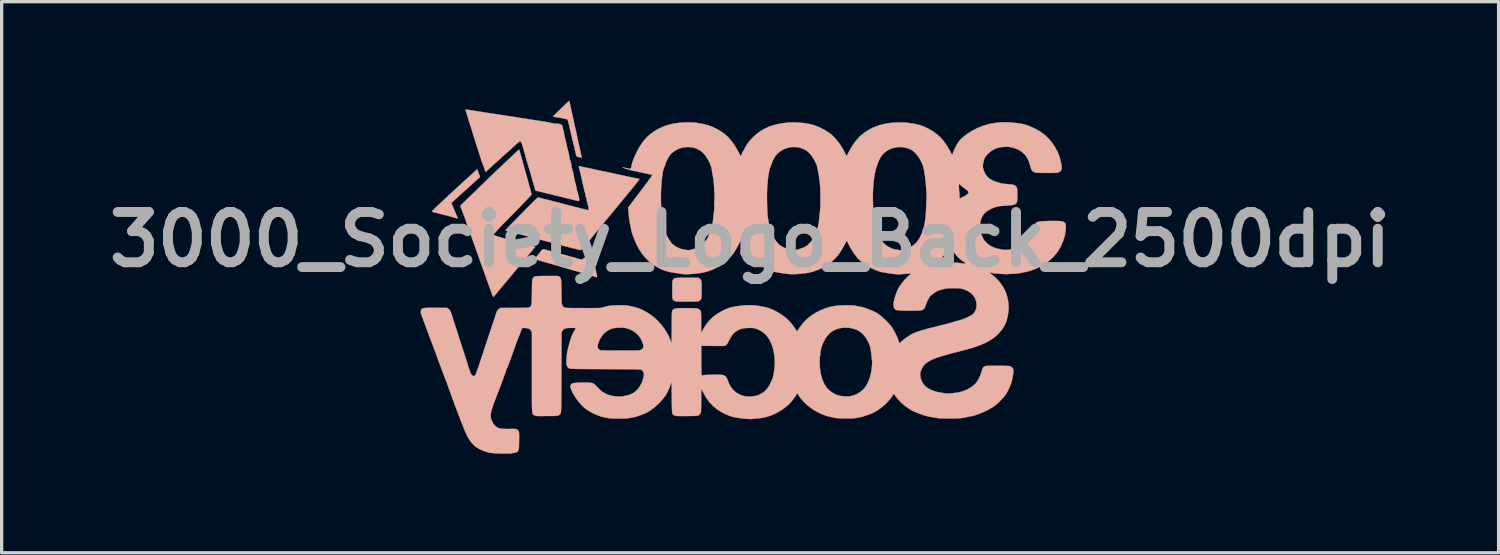
<source format=kicad_pcb>
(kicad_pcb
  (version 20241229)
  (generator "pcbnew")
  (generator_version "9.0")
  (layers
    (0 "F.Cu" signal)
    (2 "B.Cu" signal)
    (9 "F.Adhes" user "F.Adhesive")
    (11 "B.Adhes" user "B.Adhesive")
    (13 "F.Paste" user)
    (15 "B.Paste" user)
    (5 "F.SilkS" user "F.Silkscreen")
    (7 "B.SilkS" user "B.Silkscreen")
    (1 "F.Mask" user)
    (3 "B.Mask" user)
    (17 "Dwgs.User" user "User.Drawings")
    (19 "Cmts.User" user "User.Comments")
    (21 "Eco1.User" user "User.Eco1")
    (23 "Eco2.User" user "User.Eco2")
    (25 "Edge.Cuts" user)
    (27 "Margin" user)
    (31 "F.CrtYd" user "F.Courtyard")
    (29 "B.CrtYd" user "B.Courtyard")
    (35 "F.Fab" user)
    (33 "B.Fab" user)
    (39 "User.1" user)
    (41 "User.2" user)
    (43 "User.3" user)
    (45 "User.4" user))
  (footprint "3000_Society_Logo_Back_2500dpi"
    (layer "F.Cu")
    (at 19.474 5.506)
    (property "Reference" "3000_Society_Logo_Back_2500dpi" (at 0.2 -1.3 0) (layer "F.Fab") (effects (font (size 1.524 1.524) (thickness 0.3))))
    (attr through_hole)
    (fp_poly (pts (xy -1.806 -0.142) (xy -1.887 -0.142) (xy -1.952 -0.141) (xy -2.003 -0.138) (xy -2.042 -0.135) (xy -2.071 -0.129) (xy -2.093 -0.122) (xy -2.108 -0.113) (xy -2.121 -0.1) (xy -2.131 -0.085) (xy -2.136 -0.078) (xy -2.143 -0.066) (xy -2.148 -0.054) (xy -2.152 -0.038) (xy -2.155 -0.017) (xy -2.157 0.012) (xy -2.158 0.052) (xy -2.159 0.106) (xy -2.159 0.176) (xy -2.159 0.224) (xy -2.159 0.31) (xy -2.158 0.378) (xy -2.156 0.43) (xy -2.153 0.47) (xy -2.147 0.498) (xy -2.139 0.519) (xy -2.128 0.534) (xy -2.113 0.545) (xy -2.093 0.556) (xy -2.086 0.56) (xy -2.074 0.565) (xy -2.059 0.569) (xy -2.041 0.573) (xy -2.015 0.575) (xy -1.981 0.577) (xy -1.935 0.579) (xy -1.875 0.58) (xy -1.8 0.58) (xy -1.722 0.581) (xy -1.617 0.581) (xy -1.53 0.58) (xy -1.46 0.579) (xy -1.408 0.577) (xy -1.376 0.574) (xy -1.367 0.572) (xy -1.321 0.547) (xy -1.288 0.507) (xy -1.283 0.499) (xy -1.278 0.486) (xy -1.275 0.466) (xy -1.272 0.437) (xy -1.27 0.397) (xy -1.269 0.343) (xy -1.269 0.273) (xy -1.269 0.222) (xy -1.269 0.136) (xy -1.271 0.068) (xy -1.273 0.015) (xy -1.277 -0.025) (xy -1.284 -0.055) (xy -1.293 -0.078) (xy -1.305 -0.095) (xy -1.321 -0.109) (xy -1.332 -0.118) (xy -1.367 -0.143) (xy -1.707 -0.143) (xy -1.806 -0.142)) (stroke (width 0.01) (type solid)) (fill yes) (layer "B.SilkS"))
    (fp_poly (pts (xy -8.077 -3.419) (xy -8.099 -3.401) (xy -8.13 -3.373) (xy -8.166 -3.34) (xy -8.175 -3.332) (xy -8.257 -3.256) (xy -8.333 -3.187) (xy -8.4 -3.127) (xy -8.448 -3.084) (xy -8.472 -3.062) (xy -8.506 -3.031) (xy -8.545 -2.995) (xy -8.575 -2.967) (xy -8.609 -2.936) (xy -8.654 -2.894) (xy -8.707 -2.845) (xy -8.764 -2.793) (xy -8.821 -2.74) (xy -8.839 -2.723) (xy -8.923 -2.647) (xy -9.004 -2.571) (xy -9.083 -2.498) (xy -9.157 -2.428) (xy -9.225 -2.364) (xy -9.286 -2.305) (xy -9.339 -2.254) (xy -9.382 -2.212) (xy -9.414 -2.18) (xy -9.433 -2.159) (xy -9.439 -2.151) (xy -9.436 -2.145) (xy -9.425 -2.139) (xy -9.402 -2.133) (xy -9.365 -2.124) (xy -9.342 -2.119) (xy -9.312 -2.112) (xy -9.271 -2.101) (xy -9.227 -2.089) (xy -9.225 -2.088) (xy -9.183 -2.076) (xy -9.144 -2.066) (xy -9.115 -2.059) (xy -9.114 -2.058) (xy -9.019 -2.035) (xy -8.913 -2.007) (xy -8.791 -1.973) (xy -8.768 -1.966) (xy -8.72 -1.952) (xy -8.688 -1.943) (xy -8.669 -1.938) (xy -8.66 -1.937) (xy -8.657 -1.938) (xy -8.656 -1.939) (xy -8.66 -1.951) (xy -8.67 -1.976) (xy -8.684 -2.01) (xy -8.7 -2.047) (xy -8.702 -2.053) (xy -8.711 -2.073) (xy -8.726 -2.108) (xy -8.745 -2.153) (xy -8.765 -2.202) (xy -8.768 -2.21) (xy -8.789 -2.26) (xy -8.809 -2.307) (xy -8.825 -2.344) (xy -8.836 -2.369) (xy -8.837 -2.371) (xy -8.846 -2.394) (xy -8.845 -2.408) (xy -8.834 -2.422) (xy -8.833 -2.422) (xy -8.818 -2.436) (xy -8.792 -2.46) (xy -8.759 -2.491) (xy -8.722 -2.526) (xy -8.66 -2.583) (xy -8.595 -2.642) (xy -8.531 -2.7) (xy -8.473 -2.752) (xy -8.425 -2.794) (xy -8.412 -2.805) (xy -8.384 -2.83) (xy -8.348 -2.863) (xy -8.308 -2.899) (xy -8.29 -2.916) (xy -8.243 -2.96) (xy -8.192 -3.006) (xy -8.142 -3.052) (xy -8.096 -3.093) (xy -8.056 -3.129) (xy -8.025 -3.155) (xy -8.011 -3.167) (xy -7.993 -3.186) (xy -7.989 -3.207) (xy -7.991 -3.22) (xy -7.998 -3.245) (xy -8.006 -3.262) (xy -8.012 -3.276) (xy -8.022 -3.304) (xy -8.034 -3.341) (xy -8.037 -3.351) (xy -8.049 -3.387) (xy -8.059 -3.414) (xy -8.066 -3.426) (xy -8.068 -3.427) (xy -8.077 -3.419)) (stroke (width 0.01) (type solid)) (fill yes) (layer "B.SilkS"))
    (fp_poly (pts (xy -5.288 -5.496) (xy -5.308 -5.479) (xy -5.336 -5.453) (xy -5.371 -5.42) (xy -5.377 -5.414) (xy -5.416 -5.377) (xy -5.465 -5.33) (xy -5.519 -5.277) (xy -5.575 -5.223) (xy -5.618 -5.181) (xy -5.663 -5.138) (xy -5.703 -5.099) (xy -5.735 -5.068) (xy -5.758 -5.045) (xy -5.768 -5.034) (xy -5.769 -5.033) (xy -5.769 -5.03) (xy -5.765 -5.027) (xy -5.755 -5.024) (xy -5.736 -5.019) (xy -5.706 -5.013) (xy -5.663 -5.005) (xy -5.604 -4.995) (xy -5.537 -4.983) (xy -5.477 -4.973) (xy -5.423 -4.962) (xy -5.38 -4.952) (xy -5.349 -4.943) (xy -5.335 -4.938) (xy -5.327 -4.922) (xy -5.316 -4.891) (xy -5.304 -4.847) (xy -5.29 -4.793) (xy -5.277 -4.734) (xy -5.264 -4.674) (xy -5.263 -4.669) (xy -5.256 -4.637) (xy -5.246 -4.594) (xy -5.235 -4.547) (xy -5.233 -4.537) (xy -5.217 -4.474) (xy -5.205 -4.427) (xy -5.197 -4.391) (xy -5.191 -4.364) (xy -5.187 -4.34) (xy -5.185 -4.331) (xy -5.179 -4.305) (xy -5.172 -4.288) (xy -5.17 -4.287) (xy -5.164 -4.274) (xy -5.161 -4.249) (xy -5.161 -4.243) (xy -5.16 -4.216) (xy -5.155 -4.199) (xy -5.154 -4.198) (xy -5.151 -4.193) (xy -5.148 -4.184) (xy -5.143 -4.169) (xy -5.137 -4.144) (xy -5.128 -4.108) (xy -5.117 -4.058) (xy -5.102 -3.993) (xy -5.088 -3.929) (xy -5.077 -3.882) (xy -5.069 -3.851) (xy -5.061 -3.832) (xy -5.051 -3.82) (xy -5.037 -3.812) (xy -5.03 -3.809) (xy -4.997 -3.799) (xy -4.963 -3.795) (xy -4.963 -3.795) (xy -4.938 -3.792) (xy -4.923 -3.785) (xy -4.923 -3.785) (xy -4.91 -3.775) (xy -4.902 -3.781) (xy -4.902 -3.798) (xy -4.906 -3.815) (xy -4.914 -3.848) (xy -4.924 -3.893) (xy -4.937 -3.947) (xy -4.947 -3.993) (xy -4.962 -4.059) (xy -4.978 -4.127) (xy -4.992 -4.192) (xy -5.004 -4.245) (xy -5.008 -4.267) (xy -5.032 -4.383) (xy -5.053 -4.481) (xy -5.07 -4.559) (xy -5.083 -4.618) (xy -5.085 -4.623) (xy -5.09 -4.643) (xy -5.095 -4.665) (xy -5.1 -4.69) (xy -5.107 -4.72) (xy -5.115 -4.757) (xy -5.125 -4.803) (xy -5.138 -4.861) (xy -5.153 -4.932) (xy -5.172 -5.017) (xy -5.194 -5.119) (xy -5.208 -5.182) (xy -5.225 -5.259) (xy -5.24 -5.329) (xy -5.254 -5.391) (xy -5.265 -5.441) (xy -5.274 -5.478) (xy -5.279 -5.498) (xy -5.28 -5.501) (xy -5.288 -5.496)) (stroke (width 0.01) (type solid)) (fill yes) (layer "B.SilkS"))
    (fp_poly (pts (xy -6.087 -1.002) (xy -6.096 -0.996) (xy -6.104 -0.987) (xy -6.111 -0.978) (xy -6.134 -0.951) (xy -6.163 -0.916) (xy -6.194 -0.876) (xy -6.227 -0.835) (xy -6.258 -0.796) (xy -6.284 -0.761) (xy -6.305 -0.733) (xy -6.317 -0.717) (xy -6.318 -0.713) (xy -6.296 -0.702) (xy -6.262 -0.69) (xy -6.224 -0.678) (xy -6.218 -0.676) (xy -6.169 -0.662) (xy -6.125 -0.649) (xy -6.086 -0.637) (xy -6.063 -0.63) (xy -6.026 -0.619) (xy -5.978 -0.606) (xy -5.925 -0.591) (xy -5.908 -0.586) (xy -5.756 -0.543) (xy -5.615 -0.502) (xy -5.488 -0.465) (xy -5.378 -0.432) (xy -5.344 -0.422) (xy -5.318 -0.414) (xy -5.285 -0.405) (xy -5.273 -0.401) (xy -5.234 -0.39) (xy -5.194 -0.378) (xy -5.186 -0.376) (xy -5.153 -0.366) (xy -5.112 -0.354) (xy -5.079 -0.346) (xy -5.035 -0.334) (xy -4.983 -0.319) (xy -4.938 -0.305) (xy -4.888 -0.29) (xy -4.833 -0.274) (xy -4.79 -0.261) (xy -4.713 -0.239) (xy -4.653 -0.221) (xy -4.605 -0.207) (xy -4.568 -0.195) (xy -4.537 -0.186) (xy -4.51 -0.177) (xy -4.472 -0.164) (xy -4.449 -0.16) (xy -4.439 -0.164) (xy -4.437 -0.178) (xy -4.441 -0.201) (xy -4.444 -0.219) (xy -4.449 -0.241) (xy -4.455 -0.27) (xy -4.463 -0.308) (xy -4.474 -0.359) (xy -4.488 -0.425) (xy -4.501 -0.483) (xy -4.507 -0.509) (xy -4.516 -0.55) (xy -4.528 -0.601) (xy -4.541 -0.658) (xy -4.547 -0.686) (xy -4.561 -0.747) (xy -4.575 -0.807) (xy -4.587 -0.861) (xy -4.596 -0.903) (xy -4.599 -0.915) (xy -4.607 -0.95) (xy -4.613 -0.976) (xy -4.617 -0.988) (xy -4.617 -0.988) (xy -4.624 -0.982) (xy -4.64 -0.963) (xy -4.663 -0.936) (xy -4.69 -0.903) (xy -4.717 -0.868) (xy -4.742 -0.835) (xy -4.763 -0.808) (xy -4.775 -0.79) (xy -4.775 -0.79) (xy -4.791 -0.771) (xy -4.818 -0.747) (xy -4.847 -0.725) (xy -4.88 -0.704) (xy -4.902 -0.693) (xy -4.918 -0.692) (xy -4.929 -0.695) (xy -4.955 -0.704) (xy -4.988 -0.713) (xy -4.994 -0.715) (xy -5.028 -0.724) (xy -5.069 -0.736) (xy -5.09 -0.742) (xy -5.129 -0.754) (xy -5.165 -0.764) (xy -5.182 -0.768) (xy -5.218 -0.777) (xy -5.253 -0.786) (xy -5.327 -0.808) (xy -5.385 -0.824) (xy -5.429 -0.836) (xy -5.464 -0.845) (xy -5.476 -0.849) (xy -5.513 -0.858) (xy -5.547 -0.868) (xy -5.572 -0.875) (xy -5.611 -0.885) (xy -5.657 -0.897) (xy -5.685 -0.905) (xy -5.731 -0.917) (xy -5.773 -0.928) (xy -5.805 -0.937) (xy -5.817 -0.94) (xy -5.895 -0.963) (xy -5.956 -0.98) (xy -6.002 -0.993) (xy -6.036 -1.001) (xy -6.06 -1.005) (xy -6.076 -1.006) (xy -6.087 -1.002)) (stroke (width 0.01) (type solid)) (fill yes) (layer "B.SilkS"))
    (fp_poly (pts (xy -6.823 -4.005) (xy -6.856 -3.976) (xy -6.871 -3.962) (xy -6.953 -3.884) (xy -7.022 -3.819) (xy -7.08 -3.765) (xy -7.127 -3.721) (xy -7.166 -3.685) (xy -7.178 -3.674) (xy -7.208 -3.646) (xy -7.248 -3.609) (xy -7.293 -3.566) (xy -7.339 -3.522) (xy -7.351 -3.511) (xy -7.402 -3.462) (xy -7.46 -3.407) (xy -7.518 -3.352) (xy -7.568 -3.304) (xy -7.569 -3.303) (xy -7.606 -3.268) (xy -7.653 -3.222) (xy -7.709 -3.169) (xy -7.77 -3.11) (xy -7.832 -3.049) (xy -7.89 -2.993) (xy -7.956 -2.928) (xy -8.033 -2.854) (xy -8.114 -2.774) (xy -8.197 -2.694) (xy -8.276 -2.618) (xy -8.34 -2.556) (xy -8.577 -2.328) (xy -8.57 -2.292) (xy -8.563 -2.265) (xy -8.556 -2.247) (xy -8.555 -2.246) (xy -8.548 -2.231) (xy -8.536 -2.204) (xy -8.527 -2.18) (xy -8.514 -2.146) (xy -8.497 -2.101) (xy -8.477 -2.05) (xy -8.465 -2.017) (xy -8.444 -1.96) (xy -8.421 -1.894) (xy -8.398 -1.828) (xy -8.387 -1.794) (xy -8.368 -1.737) (xy -8.349 -1.679) (xy -8.33 -1.625) (xy -8.319 -1.595) (xy -8.3 -1.543) (xy -8.279 -1.485) (xy -8.26 -1.433) (xy -8.237 -1.368) (xy -8.208 -1.289) (xy -8.177 -1.202) (xy -8.145 -1.114) (xy -8.118 -1.037) (xy -8.101 -0.989) (xy -8.08 -0.931) (xy -8.058 -0.869) (xy -8.039 -0.818) (xy -8.001 -0.71) (xy -7.969 -0.62) (xy -7.943 -0.546) (xy -7.922 -0.488) (xy -7.906 -0.443) (xy -7.894 -0.411) (xy -7.886 -0.391) (xy -7.884 -0.386) (xy -7.877 -0.367) (xy -7.865 -0.333) (xy -7.848 -0.286) (xy -7.828 -0.231) (xy -7.808 -0.173) (xy -7.759 -0.035) (xy -7.717 0.085) (xy -7.68 0.186) (xy -7.65 0.27) (xy -7.625 0.337) (xy -7.606 0.386) (xy -7.592 0.42) (xy -7.583 0.438) (xy -7.58 0.442) (xy -7.572 0.434) (xy -7.553 0.413) (xy -7.526 0.382) (xy -7.492 0.341) (xy -7.453 0.295) (xy -7.45 0.292) (xy -7.36 0.183) (xy -7.281 0.087) (xy -7.21 0.002) (xy -7.146 -0.073) (xy -7.122 -0.102) (xy -7.064 -0.171) (xy -6.998 -0.25) (xy -6.929 -0.334) (xy -6.861 -0.416) (xy -6.829 -0.456) (xy -6.792 -0.5) (xy -6.748 -0.554) (xy -6.702 -0.609) (xy -6.662 -0.656) (xy -6.62 -0.704) (xy -6.572 -0.762) (xy -6.52 -0.823) (xy -6.472 -0.881) (xy -6.459 -0.897) (xy -6.421 -0.943) (xy -6.386 -0.984) (xy -6.357 -1.019) (xy -6.337 -1.043) (xy -6.329 -1.052) (xy -6.309 -1.076) (xy -6.347 -1.088) (xy -6.373 -1.095) (xy -6.413 -1.106) (xy -6.46 -1.119) (xy -6.492 -1.127) (xy -6.539 -1.14) (xy -6.58 -1.151) (xy -6.611 -1.16) (xy -6.624 -1.163) (xy -6.651 -1.171) (xy -6.684 -1.181) (xy -6.69 -1.182) (xy -6.721 -1.191) (xy -6.763 -1.203) (xy -6.802 -1.214) (xy -6.838 -1.225) (xy -6.869 -1.233) (xy -6.901 -1.242) (xy -6.94 -1.253) (xy -6.993 -1.266) (xy -7.026 -1.275) (xy -7.056 -1.284) (xy -7.061 -1.286) (xy -7.093 -1.295) (xy -7.135 -1.307) (xy -7.191 -1.322) (xy -7.263 -1.341) (xy -7.264 -1.341) (xy -7.328 -1.358) (xy -7.375 -1.371) (xy -7.41 -1.381) (xy -7.437 -1.389) (xy -7.459 -1.396) (xy -7.48 -1.404) (xy -7.505 -1.414) (xy -7.511 -1.416) (xy -7.539 -1.425) (xy -7.56 -1.428) (xy -7.576 -1.433) (xy -7.576 -1.449) (xy -7.559 -1.476) (xy -7.525 -1.512) (xy -7.496 -1.541) (xy -7.472 -1.568) (xy -7.456 -1.588) (xy -7.456 -1.588) (xy -7.445 -1.6) (xy -7.422 -1.625) (xy -7.388 -1.661) (xy -7.344 -1.706) (xy -7.292 -1.76) (xy -7.234 -1.819) (xy -7.171 -1.883) (xy -7.141 -1.913) (xy -7.034 -2.022) (xy -6.932 -2.126) (xy -6.838 -2.223) (xy -6.751 -2.312) (xy -6.672 -2.394) (xy -6.602 -2.466) (xy -6.543 -2.529) (xy -6.494 -2.581) (xy -6.457 -2.621) (xy -6.433 -2.65) (xy -6.422 -2.664) (xy -6.421 -2.666) (xy -6.424 -2.679) (xy -6.431 -2.709) (xy -6.442 -2.75) (xy -6.456 -2.801) (xy -6.467 -2.843) (xy -6.485 -2.909) (xy -6.505 -2.98) (xy -6.523 -3.048) (xy -6.539 -3.106) (xy -6.544 -3.124) (xy -6.557 -3.173) (xy -6.569 -3.216) (xy -6.578 -3.249) (xy -6.584 -3.267) (xy -6.588 -3.282) (xy -6.594 -3.302) (xy -6.601 -3.327) (xy -6.611 -3.361) (xy -6.623 -3.407) (xy -6.64 -3.466) (xy -6.661 -3.542) (xy -6.666 -3.561) (xy -6.694 -3.666) (xy -6.72 -3.76) (xy -6.743 -3.842) (xy -6.762 -3.91) (xy -6.777 -3.962) (xy -6.787 -3.999) (xy -6.792 -4.017) (xy -6.793 -4.017) (xy -6.801 -4.019) (xy -6.823 -4.005)) (stroke (width 0.01) (type solid)) (fill yes) (layer "B.SilkS"))
    (fp_poly (pts (xy -4.988 -3.518) (xy -4.989 -3.508) (xy -4.985 -3.483) (xy -4.979 -3.455) (xy -4.97 -3.425) (xy -4.959 -3.382) (xy -4.947 -3.337) (xy -4.937 -3.295) (xy -4.931 -3.267) (xy -4.925 -3.239) (xy -4.918 -3.207) (xy -4.918 -3.206) (xy -4.912 -3.182) (xy -4.903 -3.143) (xy -4.892 -3.096) (xy -4.882 -3.048) (xy -4.871 -2.998) (xy -4.86 -2.952) (xy -4.852 -2.916) (xy -4.847 -2.896) (xy -4.84 -2.869) (xy -4.831 -2.832) (xy -4.826 -2.804) (xy -4.818 -2.768) (xy -4.81 -2.738) (xy -4.805 -2.723) (xy -4.798 -2.699) (xy -4.791 -2.668) (xy -4.791 -2.667) (xy -4.783 -2.618) (xy -4.776 -2.585) (xy -4.769 -2.567) (xy -4.764 -2.56) (xy -4.758 -2.547) (xy -4.755 -2.522) (xy -4.755 -2.516) (xy -4.753 -2.489) (xy -4.749 -2.472) (xy -4.748 -2.47) (xy -4.742 -2.458) (xy -4.734 -2.43) (xy -4.725 -2.394) (xy -4.723 -2.385) (xy -4.713 -2.341) (xy -4.703 -2.299) (xy -4.696 -2.268) (xy -4.695 -2.267) (xy -4.691 -2.229) (xy -4.697 -2.203) (xy -4.714 -2.192) (xy -4.728 -2.193) (xy -4.745 -2.197) (xy -4.778 -2.205) (xy -4.823 -2.217) (xy -4.874 -2.23) (xy -4.897 -2.235) (xy -4.952 -2.249) (xy -5.003 -2.262) (xy -5.045 -2.273) (xy -5.074 -2.28) (xy -5.08 -2.281) (xy -5.115 -2.29) (xy -5.152 -2.3) (xy -5.156 -2.302) (xy -5.199 -2.313) (xy -5.25 -2.326) (xy -5.311 -2.341) (xy -5.34 -2.348) (xy -5.38 -2.359) (xy -5.423 -2.37) (xy -5.425 -2.371) (xy -5.475 -2.384) (xy -5.535 -2.4) (xy -5.602 -2.418) (xy -5.675 -2.436) (xy -5.748 -2.455) (xy -5.821 -2.473) (xy -5.889 -2.491) (xy -5.95 -2.506) (xy -6.001 -2.518) (xy -6.039 -2.527) (xy -6.061 -2.532) (xy -6.063 -2.532) (xy -6.087 -2.538) (xy -6.101 -2.546) (xy -6.102 -2.546) (xy -6.115 -2.553) (xy -6.139 -2.555) (xy -6.142 -2.556) (xy -6.167 -2.558) (xy -6.182 -2.565) (xy -6.182 -2.566) (xy -6.196 -2.574) (xy -6.213 -2.576) (xy -6.225 -2.571) (xy -6.246 -2.557) (xy -6.276 -2.531) (xy -6.317 -2.494) (xy -6.369 -2.443) (xy -6.413 -2.399) (xy -6.471 -2.341) (xy -6.535 -2.276) (xy -6.603 -2.208) (xy -6.673 -2.136) (xy -6.745 -2.063) (xy -6.817 -1.99) (xy -6.886 -1.919) (xy -6.953 -1.85) (xy -7.015 -1.787) (xy -7.071 -1.729) (xy -7.12 -1.678) (xy -7.16 -1.637) (xy -7.189 -1.606) (xy -7.207 -1.587) (xy -7.212 -1.581) (xy -7.205 -1.574) (xy -7.183 -1.565) (xy -7.166 -1.56) (xy -7.105 -1.545) (xy -7.058 -1.533) (xy -7.017 -1.522) (xy -7.005 -1.519) (xy -6.969 -1.509) (xy -6.933 -1.5) (xy -6.929 -1.5) (xy -6.899 -1.492) (xy -6.853 -1.481) (xy -6.795 -1.466) (xy -6.728 -1.448) (xy -6.655 -1.429) (xy -6.581 -1.41) (xy -6.509 -1.39) (xy -6.443 -1.373) (xy -6.385 -1.357) (xy -6.36 -1.35) (xy -6.324 -1.34) (xy -6.293 -1.332) (xy -6.279 -1.329) (xy -6.25 -1.322) (xy -6.233 -1.316) (xy -6.207 -1.307) (xy -6.185 -1.302) (xy -6.152 -1.295) (xy -6.129 -1.29) (xy -6.1 -1.282) (xy -6.081 -1.275) (xy -6.054 -1.266) (xy -6.035 -1.262) (xy -6.015 -1.257) (xy -5.979 -1.249) (xy -5.932 -1.237) (xy -5.878 -1.223) (xy -5.821 -1.208) (xy -5.766 -1.193) (xy -5.717 -1.179) (xy -5.715 -1.179) (xy -5.675 -1.168) (xy -5.638 -1.158) (xy -5.618 -1.153) (xy -5.582 -1.144) (xy -5.547 -1.135) (xy -5.514 -1.125) (xy -5.468 -1.113) (xy -5.414 -1.099) (xy -5.356 -1.084) (xy -5.298 -1.069) (xy -5.244 -1.055) (xy -5.199 -1.043) (xy -5.166 -1.035) (xy -5.151 -1.032) (xy -5.124 -1.026) (xy -5.086 -1.016) (xy -5.042 -1.005) (xy -5.03 -1.002) (xy -4.99 -0.993) (xy -4.957 -0.985) (xy -4.935 -0.981) (xy -4.932 -0.981) (xy -4.921 -0.988) (xy -4.899 -1.008) (xy -4.87 -1.039) (xy -4.835 -1.077) (xy -4.814 -1.102) (xy -4.769 -1.154) (xy -4.722 -1.209) (xy -4.677 -1.263) (xy -4.639 -1.31) (xy -4.633 -1.317) (xy -4.595 -1.364) (xy -4.555 -1.413) (xy -4.518 -1.459) (xy -4.498 -1.483) (xy -4.462 -1.526) (xy -4.422 -1.575) (xy -4.384 -1.622) (xy -4.376 -1.631) (xy -4.349 -1.664) (xy -4.326 -1.691) (xy -4.311 -1.708) (xy -4.308 -1.712) (xy -4.299 -1.722) (xy -4.281 -1.744) (xy -4.256 -1.774) (xy -4.237 -1.799) (xy -4.204 -1.838) (xy -4.172 -1.877) (xy -4.145 -1.91) (xy -4.135 -1.921) (xy -4.116 -1.944) (xy -4.088 -1.978) (xy -4.053 -2.02) (xy -4.015 -2.066) (xy -3.998 -2.087) (xy -3.954 -2.14) (xy -3.907 -2.198) (xy -3.861 -2.254) (xy -3.822 -2.302) (xy -3.815 -2.31) (xy -3.783 -2.349) (xy -3.754 -2.384) (xy -3.731 -2.412) (xy -3.719 -2.427) (xy -3.719 -2.427) (xy -3.703 -2.446) (xy -3.681 -2.473) (xy -3.668 -2.489) (xy -3.649 -2.512) (xy -3.621 -2.546) (xy -3.586 -2.589) (xy -3.547 -2.636) (xy -3.526 -2.662) (xy -3.487 -2.709) (xy -3.451 -2.753) (xy -3.42 -2.791) (xy -3.396 -2.819) (xy -3.388 -2.829) (xy -3.355 -2.868) (xy -3.319 -2.911) (xy -3.282 -2.957) (xy -3.246 -3.003) (xy -3.213 -3.046) (xy -3.185 -3.082) (xy -3.165 -3.111) (xy -3.154 -3.127) (xy -3.153 -3.131) (xy -3.164 -3.135) (xy -3.191 -3.142) (xy -3.231 -3.151) (xy -3.278 -3.16) (xy -3.278 -3.16) (xy -3.337 -3.172) (xy -3.4 -3.186) (xy -3.458 -3.198) (xy -3.49 -3.205) (xy -3.538 -3.215) (xy -3.598 -3.228) (xy -3.661 -3.241) (xy -3.708 -3.251) (xy -3.764 -3.263) (xy -3.818 -3.275) (xy -3.865 -3.285) (xy -3.896 -3.292) (xy -3.925 -3.299) (xy -3.969 -3.309) (xy -4.025 -3.321) (xy -4.089 -3.334) (xy -4.157 -3.348) (xy -4.176 -3.352) (xy -4.247 -3.367) (xy -4.319 -3.382) (xy -4.385 -3.396) (xy -4.442 -3.408) (xy -4.485 -3.418) (xy -4.491 -3.419) (xy -4.527 -3.427) (xy -4.562 -3.434) (xy -4.599 -3.442) (xy -4.642 -3.451) (xy -4.695 -3.462) (xy -4.76 -3.476) (xy -4.841 -3.493) (xy -4.851 -3.495) (xy -4.894 -3.504) (xy -4.931 -3.513) (xy -4.958 -3.519) (xy -4.961 -3.52) (xy -4.981 -3.525) (xy -4.988 -3.518)) (stroke (width 0.01) (type solid)) (fill yes) (layer "B.SilkS"))
    (fp_poly (pts (xy -8.419 -5.234) (xy -8.42 -5.222) (xy -8.415 -5.2) (xy -8.407 -5.177) (xy -8.395 -5.142) (xy -8.382 -5.1) (xy -8.378 -5.085) (xy -8.354 -5.007) (xy -8.335 -4.944) (xy -8.319 -4.892) (xy -8.305 -4.848) (xy -8.292 -4.807) (xy -8.28 -4.77) (xy -8.265 -4.724) (xy -8.247 -4.667) (xy -8.228 -4.606) (xy -8.215 -4.562) (xy -8.2 -4.513) (xy -8.186 -4.469) (xy -8.175 -4.435) (xy -8.169 -4.415) (xy -8.169 -4.415) (xy -8.162 -4.395) (xy -8.152 -4.361) (xy -8.138 -4.317) (xy -8.128 -4.283) (xy -8.114 -4.237) (xy -8.101 -4.197) (xy -8.092 -4.168) (xy -8.088 -4.156) (xy -8.081 -4.138) (xy -8.071 -4.105) (xy -8.058 -4.064) (xy -8.048 -4.034) (xy -8.015 -3.928) (xy -7.984 -3.831) (xy -7.956 -3.744) (xy -7.93 -3.668) (xy -7.909 -3.607) (xy -7.892 -3.561) (xy -7.88 -3.532) (xy -7.879 -3.531) (xy -7.865 -3.496) (xy -7.849 -3.452) (xy -7.839 -3.417) (xy -7.826 -3.374) (xy -7.815 -3.352) (xy -7.806 -3.349) (xy -7.801 -3.356) (xy -7.793 -3.365) (xy -7.772 -3.385) (xy -7.74 -3.414) (xy -7.7 -3.451) (xy -7.654 -3.493) (xy -7.64 -3.505) (xy -7.578 -3.561) (xy -7.53 -3.605) (xy -7.491 -3.639) (xy -7.461 -3.666) (xy -7.437 -3.688) (xy -7.417 -3.706) (xy -7.399 -3.723) (xy -7.38 -3.74) (xy -7.358 -3.76) (xy -7.346 -3.771) (xy -7.306 -3.808) (xy -7.257 -3.852) (xy -7.207 -3.896) (xy -7.173 -3.927) (xy -7.125 -3.969) (xy -7.088 -4.003) (xy -7.056 -4.031) (xy -7.025 -4.059) (xy -6.992 -4.089) (xy -6.952 -4.126) (xy -6.905 -4.17) (xy -6.865 -4.206) (xy -6.829 -4.237) (xy -6.8 -4.259) (xy -6.782 -4.271) (xy -6.778 -4.272) (xy -6.766 -4.271) (xy -6.756 -4.268) (xy -6.746 -4.261) (xy -6.736 -4.248) (xy -6.726 -4.227) (xy -6.714 -4.197) (xy -6.7 -4.156) (xy -6.684 -4.102) (xy -6.664 -4.034) (xy -6.64 -3.949) (xy -6.613 -3.856) (xy -6.602 -3.814) (xy -6.59 -3.774) (xy -6.582 -3.746) (xy -6.582 -3.744) (xy -6.573 -3.711) (xy -6.567 -3.681) (xy -6.566 -3.681) (xy -6.56 -3.658) (xy -6.552 -3.647) (xy -6.545 -3.634) (xy -6.543 -3.617) (xy -6.539 -3.589) (xy -6.534 -3.574) (xy -6.526 -3.554) (xy -6.516 -3.523) (xy -6.512 -3.511) (xy -6.503 -3.477) (xy -6.494 -3.447) (xy -6.492 -3.439) (xy -6.485 -3.415) (xy -6.475 -3.381) (xy -6.469 -3.358) (xy -6.458 -3.321) (xy -6.444 -3.274) (xy -6.43 -3.225) (xy -6.427 -3.216) (xy -6.415 -3.173) (xy -6.404 -3.134) (xy -6.397 -3.105) (xy -6.395 -3.099) (xy -6.388 -3.073) (xy -6.378 -3.036) (xy -6.369 -3.008) (xy -6.352 -2.955) (xy -6.34 -2.914) (xy -6.33 -2.878) (xy -6.32 -2.839) (xy -6.319 -2.833) (xy -6.31 -2.802) (xy -6.301 -2.786) (xy -6.286 -2.778) (xy -6.266 -2.773) (xy -6.244 -2.769) (xy -6.206 -2.76) (xy -6.156 -2.748) (xy -6.097 -2.734) (xy -6.031 -2.717) (xy -6.006 -2.711) (xy -5.939 -2.694) (xy -5.877 -2.679) (xy -5.823 -2.665) (xy -5.78 -2.655) (xy -5.752 -2.648) (xy -5.745 -2.647) (xy -5.723 -2.642) (xy -5.699 -2.636) (xy -5.668 -2.629) (xy -5.627 -2.619) (xy -5.578 -2.606) (xy -5.527 -2.594) (xy -5.474 -2.581) (xy -5.44 -2.573) (xy -5.42 -2.568) (xy -5.387 -2.56) (xy -5.349 -2.551) (xy -5.301 -2.539) (xy -5.251 -2.527) (xy -5.217 -2.518) (xy -5.16 -2.504) (xy -5.105 -2.491) (xy -5.056 -2.479) (xy -5.018 -2.471) (xy -4.992 -2.465) (xy -4.986 -2.465) (xy -4.982 -2.473) (xy -4.979 -2.496) (xy -4.978 -2.511) (xy -4.981 -2.541) (xy -4.99 -2.586) (xy -5.003 -2.641) (xy -5.019 -2.703) (xy -5.037 -2.766) (xy -5.05 -2.805) (xy -5.057 -2.837) (xy -5.06 -2.864) (xy -5.062 -2.884) (xy -5.07 -2.919) (xy -5.081 -2.964) (xy -5.095 -3.016) (xy -5.1 -3.033) (xy -5.114 -3.084) (xy -5.126 -3.129) (xy -5.133 -3.164) (xy -5.136 -3.185) (xy -5.135 -3.188) (xy -5.136 -3.203) (xy -5.141 -3.232) (xy -5.149 -3.272) (xy -5.16 -3.318) (xy -5.172 -3.366) (xy -5.185 -3.411) (xy -5.196 -3.448) (xy -5.202 -3.465) (xy -5.209 -3.494) (xy -5.212 -3.527) (xy -5.212 -3.53) (xy -5.214 -3.554) (xy -5.22 -3.584) (xy -5.23 -3.625) (xy -5.247 -3.68) (xy -5.263 -3.73) (xy -5.269 -3.755) (xy -5.276 -3.793) (xy -5.283 -3.836) (xy -5.283 -3.84) (xy -5.288 -3.878) (xy -5.293 -3.908) (xy -5.297 -3.924) (xy -5.297 -3.925) (xy -5.303 -3.94) (xy -5.312 -3.97) (xy -5.322 -4.009) (xy -5.334 -4.055) (xy -5.345 -4.1) (xy -5.355 -4.142) (xy -5.362 -4.174) (xy -5.365 -4.192) (xy -5.365 -4.193) (xy -5.368 -4.211) (xy -5.375 -4.244) (xy -5.386 -4.289) (xy -5.399 -4.34) (xy -5.404 -4.356) (xy -5.418 -4.408) (xy -5.429 -4.455) (xy -5.436 -4.492) (xy -5.439 -4.515) (xy -5.439 -4.519) (xy -5.44 -4.539) (xy -5.446 -4.572) (xy -5.457 -4.612) (xy -5.46 -4.623) (xy -5.473 -4.663) (xy -5.482 -4.698) (xy -5.486 -4.722) (xy -5.486 -4.726) (xy -5.496 -4.758) (xy -5.524 -4.782) (xy -5.57 -4.799) (xy -5.634 -4.809) (xy -5.69 -4.811) (xy -5.736 -4.814) (xy -5.785 -4.822) (xy -5.808 -4.827) (xy -5.854 -4.838) (xy -5.905 -4.849) (xy -5.928 -4.853) (xy -5.972 -4.861) (xy -6.018 -4.868) (xy -6.04 -4.872) (xy -6.07 -4.877) (xy -6.117 -4.884) (xy -6.177 -4.894) (xy -6.247 -4.905) (xy -6.323 -4.916) (xy -6.402 -4.929) (xy -6.48 -4.94) (xy -6.554 -4.952) (xy -6.621 -4.962) (xy -6.634 -4.964) (xy -6.691 -4.972) (xy -6.745 -4.981) (xy -6.792 -4.988) (xy -6.825 -4.994) (xy -6.828 -4.994) (xy -6.86 -4.999) (xy -6.906 -5.007) (xy -6.959 -5.016) (xy -7.015 -5.024) (xy -7.015 -5.024) (xy -7.072 -5.033) (xy -7.129 -5.042) (xy -7.178 -5.05) (xy -7.214 -5.055) (xy -7.243 -5.06) (xy -7.288 -5.067) (xy -7.346 -5.075) (xy -7.413 -5.085) (xy -7.483 -5.096) (xy -7.518 -5.101) (xy -7.589 -5.111) (xy -7.657 -5.121) (xy -7.717 -5.131) (xy -7.767 -5.138) (xy -7.802 -5.144) (xy -7.813 -5.146) (xy -7.853 -5.152) (xy -7.902 -5.16) (xy -7.945 -5.167) (xy -7.992 -5.174) (xy -8.041 -5.181) (xy -8.077 -5.187) (xy -8.169 -5.202) (xy -8.249 -5.215) (xy -8.315 -5.224) (xy -8.367 -5.231) (xy -8.401 -5.235) (xy -8.418 -5.235) (xy -8.419 -5.234)) (stroke (width 0.01) (type solid)) (fill yes) (layer "B.SilkS"))
    (fp_poly (pts (xy 7.656 -4.837) (xy 7.46 -4.803) (xy 7.272 -4.751) (xy 7.092 -4.681) (xy 6.92 -4.592) (xy 6.778 -4.5) (xy 6.693 -4.436) (xy 6.623 -4.378) (xy 6.566 -4.321) (xy 6.519 -4.264) (xy 6.502 -4.241) (xy 6.479 -4.204) (xy 6.452 -4.155) (xy 6.423 -4.1) (xy 6.396 -4.042) (xy 6.371 -3.988) (xy 6.351 -3.941) (xy 6.34 -3.909) (xy 6.332 -3.883) (xy 6.324 -3.868) (xy 6.322 -3.866) (xy 6.314 -3.875) (xy 6.3 -3.898) (xy 6.281 -3.932) (xy 6.259 -3.974) (xy 6.259 -3.975) (xy 6.172 -4.128) (xy 6.079 -4.262) (xy 5.977 -4.381) (xy 5.864 -4.485) (xy 5.74 -4.577) (xy 5.601 -4.658) (xy 5.472 -4.718) (xy 5.422 -4.739) (xy 5.378 -4.756) (xy 5.334 -4.77) (xy 5.287 -4.782) (xy 5.232 -4.794) (xy 5.164 -4.807) (xy 5.115 -4.816) (xy 4.949 -4.838) (xy 4.777 -4.848) (xy 4.603 -4.845) (xy 4.432 -4.829) (xy 4.268 -4.802) (xy 4.115 -4.763) (xy 4.089 -4.755) (xy 3.929 -4.693) (xy 3.783 -4.619) (xy 3.649 -4.53) (xy 3.527 -4.427) (xy 3.417 -4.307) (xy 3.316 -4.171) (xy 3.224 -4.018) (xy 3.193 -3.959) (xy 3.17 -3.913) (xy 3.15 -3.874) (xy 3.135 -3.845) (xy 3.126 -3.83) (xy 3.125 -3.828) (xy 3.119 -3.835) (xy 3.107 -3.855) (xy 3.091 -3.887) (xy 3.085 -3.898) (xy 3.018 -4.029) (xy 2.942 -4.154) (xy 2.859 -4.269) (xy 2.772 -4.373) (xy 2.683 -4.462) (xy 2.624 -4.511) (xy 2.551 -4.562) (xy 2.465 -4.614) (xy 2.373 -4.664) (xy 2.28 -4.708) (xy 2.192 -4.745) (xy 2.116 -4.771) (xy 1.988 -4.802) (xy 1.847 -4.825) (xy 1.7 -4.841) (xy 1.552 -4.848) (xy 1.412 -4.846) (xy 1.355 -4.842) (xy 1.183 -4.823) (xy 1.027 -4.795) (xy 0.884 -4.757) (xy 0.751 -4.709) (xy 0.625 -4.649) (xy 0.504 -4.577) (xy 0.493 -4.57) (xy 0.428 -4.522) (xy 0.358 -4.464) (xy 0.288 -4.398) (xy 0.223 -4.331) (xy 0.167 -4.267) (xy 0.143 -4.235) (xy 0.108 -4.184) (xy 0.069 -4.12) (xy 0.029 -4.051) (xy -0.008 -3.983) (xy -0.039 -3.922) (xy -0.045 -3.907) (xy -0.061 -3.873) (xy -0.075 -3.846) (xy -0.083 -3.832) (xy -0.083 -3.832) (xy -0.09 -3.836) (xy -0.104 -3.854) (xy -0.12 -3.884) (xy -0.124 -3.893) (xy -0.202 -4.039) (xy -0.284 -4.173) (xy -0.371 -4.292) (xy -0.459 -4.394) (xy -0.549 -4.478) (xy -0.554 -4.482) (xy -0.67 -4.567) (xy -0.797 -4.643) (xy -0.931 -4.708) (xy -1.067 -4.76) (xy -1.201 -4.796) (xy -1.257 -4.806) (xy -1.305 -4.814) (xy -1.35 -4.822) (xy -1.386 -4.829) (xy -1.398 -4.832) (xy -1.438 -4.838) (xy -1.494 -4.843) (xy -1.562 -4.846) (xy -1.635 -4.848) (xy -1.711 -4.848) (xy -1.784 -4.846) (xy -1.85 -4.843) (xy -1.86 -4.842) (xy -1.993 -4.829) (xy -2.11 -4.812) (xy -2.215 -4.79) (xy -2.313 -4.763) (xy -2.409 -4.729) (xy -2.506 -4.687) (xy -2.57 -4.656) (xy -2.705 -4.58) (xy -2.827 -4.491) (xy -2.939 -4.387) (xy -3.042 -4.269) (xy -3.135 -4.134) (xy -3.221 -3.982) (xy -3.296 -3.821) (xy -3.329 -3.742) (xy -3.354 -3.676) (xy -3.372 -3.618) (xy -3.386 -3.562) (xy -3.394 -3.522) (xy -3.402 -3.485) (xy -3.411 -3.456) (xy -3.42 -3.443) (xy -3.421 -3.442) (xy -3.435 -3.442) (xy -3.465 -3.447) (xy -3.506 -3.454) (xy -3.548 -3.463) (xy -3.594 -3.473) (xy -3.631 -3.48) (xy -3.656 -3.485) (xy -3.666 -3.486) (xy -3.658 -3.481) (xy -3.635 -3.472) (xy -3.6 -3.458) (xy -3.565 -3.445) (xy -3.521 -3.432) (xy -3.46 -3.415) (xy -3.383 -3.395) (xy -3.293 -3.374) (xy -3.193 -3.352) (xy -3.125 -3.337) (xy -3.044 -3.32) (xy -2.97 -3.304) (xy -2.903 -3.29) (xy -2.848 -3.277) (xy -2.805 -3.267) (xy -2.779 -3.261) (xy -2.77 -3.259) (xy -2.768 -3.255) (xy -2.77 -3.247) (xy -2.776 -3.234) (xy -2.789 -3.213) (xy -2.808 -3.185) (xy -2.834 -3.148) (xy -2.868 -3.101) (xy -2.911 -3.042) (xy -2.964 -2.971) (xy -3.028 -2.886) (xy -3.102 -2.787) (xy -3.124 -2.759) (xy -3.496 -2.266) (xy -3.491 -2.22) (xy -3.488 -2.193) (xy -3.484 -2.151) (xy -3.48 -2.099) (xy -3.475 -2.043) (xy -3.475 -2.032) (xy -3.469 -1.971) (xy -3.461 -1.908) (xy -3.453 -1.85) (xy -3.444 -1.805) (xy -3.444 -1.804) (xy -3.432 -1.75) (xy -3.42 -1.691) (xy -3.409 -1.638) (xy -3.409 -1.636) (xy -3.399 -1.584) (xy -3.39 -1.543) (xy -3.38 -1.506) (xy -3.368 -1.468) (xy -3.353 -1.423) (xy -3.331 -1.366) (xy -3.328 -1.357) (xy -3.253 -1.18) (xy -3.171 -1.022) (xy -3.081 -0.88) (xy -2.981 -0.755) (xy -2.87 -0.644) (xy -2.748 -0.548) (xy -2.614 -0.464) (xy -2.54 -0.425) (xy -2.471 -0.392) (xy -2.407 -0.366) (xy -2.343 -0.345) (xy -2.276 -0.326) (xy -2.198 -0.309) (xy -2.106 -0.293) (xy -2.098 -0.291) (xy -1.985 -0.273) (xy -1.889 -0.26) (xy -1.808 -0.252) (xy -1.737 -0.248) (xy -1.675 -0.249) (xy -1.641 -0.251) (xy -1.598 -0.255) (xy -1.542 -0.259) (xy -1.481 -0.264) (xy -1.427 -0.269) (xy -1.249 -0.293) (xy -1.077 -0.337) (xy -0.913 -0.399) (xy -0.754 -0.48) (xy -0.602 -0.581) (xy -0.589 -0.59) (xy -0.484 -0.679) (xy -0.388 -0.78) (xy -0.298 -0.896) (xy -0.213 -1.03) (xy -0.147 -1.154) (xy -0.125 -1.197) (xy -0.106 -1.232) (xy -0.093 -1.256) (xy -0.087 -1.265) (xy -0.087 -1.265) (xy -0.081 -1.257) (xy -0.068 -1.233) (xy -0.05 -1.198) (xy -0.028 -1.155) (xy -0.025 -1.148) (xy 0.064 -0.986) (xy 0.162 -0.842) (xy 0.268 -0.716) (xy 0.382 -0.608) (xy 0.491 -0.527) (xy 0.524 -0.507) (xy 0.566 -0.482) (xy 0.613 -0.456) (xy 0.662 -0.431) (xy 0.707 -0.408) (xy 0.747 -0.389) (xy 0.776 -0.376) (xy 0.792 -0.371) (xy 0.809 -0.367) (xy 0.821 -0.361) (xy 0.855 -0.347) (xy 0.907 -0.331) (xy 0.971 -0.316) (xy 1.046 -0.301) (xy 1.128 -0.286) (xy 1.212 -0.274) (xy 1.296 -0.263) (xy 1.377 -0.255) (xy 1.45 -0.25) (xy 1.499 -0.249) (xy 1.547 -0.25) (xy 1.608 -0.254) (xy 1.678 -0.259) (xy 1.751 -0.266) (xy 1.824 -0.274) (xy 1.892 -0.282) (xy 1.95 -0.29) (xy 1.994 -0.298) (xy 2.002 -0.3) (xy 2.155 -0.344) (xy 2.297 -0.398) (xy 2.431 -0.465) (xy 2.542 -0.533) (xy 2.648 -0.61) (xy 2.744 -0.694) (xy 2.832 -0.789) (xy 2.914 -0.897) (xy 2.993 -1.02) (xy 3.061 -1.143) (xy 3.084 -1.187) (xy 3.104 -1.224) (xy 3.119 -1.25) (xy 3.127 -1.262) (xy 3.128 -1.262) (xy 3.135 -1.255) (xy 3.147 -1.233) (xy 3.163 -1.2) (xy 3.17 -1.186) (xy 3.212 -1.1) (xy 3.265 -1.007) (xy 3.324 -0.913) (xy 3.386 -0.826) (xy 3.445 -0.751) (xy 3.453 -0.742) (xy 3.49 -0.703) (xy 3.538 -0.658) (xy 3.591 -0.612) (xy 3.641 -0.571) (xy 3.68 -0.543) (xy 3.753 -0.497) (xy 3.836 -0.451) (xy 3.924 -0.408) (xy 4.012 -0.37) (xy 4.094 -0.34) (xy 4.155 -0.321) (xy 4.191 -0.314) (xy 4.243 -0.304) (xy 4.304 -0.293) (xy 4.372 -0.282) (xy 4.441 -0.272) (xy 4.46 -0.269) (xy 4.558 -0.257) (xy 4.646 -0.25) (xy 4.721 -0.248) (xy 4.774 -0.25) (xy 4.813 -0.254) (xy 4.864 -0.257) (xy 4.92 -0.261) (xy 4.963 -0.264) (xy 5.085 -0.271) (xy 5.039 -0.233) (xy 4.957 -0.158) (xy 4.875 -0.073) (xy 4.8 0.019) (xy 4.733 0.111) (xy 4.68 0.201) (xy 4.666 0.228) (xy 4.647 0.273) (xy 4.625 0.331) (xy 4.603 0.398) (xy 4.582 0.467) (xy 4.564 0.532) (xy 4.551 0.587) (xy 4.551 0.589) (xy 4.544 0.654) (xy 4.547 0.714) (xy 4.56 0.766) (xy 4.583 0.805) (xy 4.612 0.828) (xy 4.645 0.838) (xy 4.698 0.845) (xy 4.769 0.851) (xy 4.858 0.855) (xy 4.963 0.857) (xy 5.084 0.857) (xy 5.11 0.856) (xy 5.192 0.855) (xy 5.256 0.854) (xy 5.305 0.852) (xy 5.341 0.85) (xy 5.368 0.848) (xy 5.388 0.844) (xy 5.403 0.839) (xy 5.417 0.833) (xy 5.421 0.831) (xy 5.455 0.809) (xy 5.479 0.783) (xy 5.498 0.745) (xy 5.51 0.711) (xy 5.546 0.611) (xy 5.589 0.519) (xy 5.637 0.439) (xy 5.646 0.426) (xy 5.67 0.401) (xy 5.707 0.37) (xy 5.752 0.336) (xy 5.802 0.302) (xy 5.85 0.272) (xy 5.894 0.249) (xy 5.899 0.247) (xy 5.928 0.236) (xy 5.97 0.224) (xy 6.02 0.21) (xy 6.058 0.201) (xy 6.102 0.191) (xy 6.141 0.184) (xy 6.179 0.18) (xy 6.222 0.177) (xy 6.274 0.175) (xy 6.34 0.175) (xy 6.365 0.175) (xy 6.443 0.175) (xy 6.505 0.177) (xy 6.556 0.181) (xy 6.599 0.187) (xy 6.639 0.197) (xy 6.68 0.211) (xy 6.721 0.226) (xy 6.821 0.275) (xy 6.904 0.335) (xy 6.969 0.405) (xy 7.018 0.484) (xy 7.048 0.573) (xy 7.06 0.67) (xy 7.06 0.717) (xy 7.046 0.798) (xy 7.016 0.873) (xy 6.971 0.938) (xy 6.961 0.949) (xy 6.925 0.977) (xy 6.874 1.009) (xy 6.811 1.042) (xy 6.741 1.075) (xy 6.667 1.106) (xy 6.594 1.132) (xy 6.525 1.152) (xy 6.507 1.157) (xy 6.467 1.167) (xy 6.415 1.181) (xy 6.36 1.198) (xy 6.326 1.208) (xy 6.269 1.226) (xy 6.207 1.244) (xy 6.149 1.259) (xy 6.123 1.266) (xy 6.079 1.276) (xy 6.021 1.29) (xy 5.957 1.306) (xy 5.893 1.323) (xy 5.872 1.328) (xy 5.814 1.343) (xy 5.759 1.357) (xy 5.711 1.368) (xy 5.675 1.377) (xy 5.664 1.379) (xy 5.628 1.387) (xy 5.583 1.399) (xy 5.538 1.412) (xy 5.537 1.412) (xy 5.49 1.426) (xy 5.434 1.443) (xy 5.38 1.459) (xy 5.37 1.462) (xy 5.302 1.483) (xy 5.249 1.5) (xy 5.205 1.516) (xy 5.166 1.533) (xy 5.126 1.552) (xy 5.126 1.552) (xy 5.085 1.574) (xy 5.037 1.604) (xy 4.983 1.639) (xy 4.929 1.676) (xy 4.876 1.715) (xy 4.828 1.751) (xy 4.789 1.783) (xy 4.762 1.808) (xy 4.752 1.821) (xy 4.737 1.834) (xy 4.721 1.828) (xy 4.706 1.804) (xy 4.693 1.763) (xy 4.689 1.747) (xy 4.675 1.704) (xy 4.653 1.648) (xy 4.622 1.584) (xy 4.587 1.516) (xy 4.548 1.447) (xy 4.509 1.383) (xy 4.471 1.328) (xy 4.457 1.309) (xy 4.376 1.214) (xy 4.281 1.119) (xy 4.176 1.027) (xy 4.067 0.944) (xy 4.049 0.932) (xy 4.013 0.911) (xy 3.963 0.886) (xy 3.902 0.858) (xy 3.835 0.83) (xy 3.766 0.803) (xy 3.701 0.78) (xy 3.643 0.761) (xy 3.597 0.748) (xy 3.586 0.746) (xy 3.545 0.738) (xy 3.493 0.728) (xy 3.44 0.716) (xy 3.429 0.714) (xy 3.394 0.706) (xy 3.359 0.701) (xy 3.32 0.697) (xy 3.273 0.694) (xy 3.215 0.693) (xy 3.142 0.692) (xy 3.119 0.692) (xy 2.976 0.694) (xy 2.848 0.703) (xy 2.729 0.719) (xy 2.617 0.743) (xy 2.505 0.777) (xy 2.39 0.82) (xy 2.358 0.833) (xy 2.201 0.909) (xy 2.057 1) (xy 1.927 1.104) (xy 1.813 1.22) (xy 1.714 1.348) (xy 1.697 1.374) (xy 1.67 1.414) (xy 1.647 1.447) (xy 1.63 1.469) (xy 1.62 1.478) (xy 1.62 1.478) (xy 1.61 1.47) (xy 1.595 1.449) (xy 1.59 1.44) (xy 1.565 1.399) (xy 1.529 1.348) (xy 1.487 1.292) (xy 1.441 1.235) (xy 1.396 1.182) (xy 1.354 1.138) (xy 1.35 1.134) (xy 1.263 1.057) (xy 1.164 0.984) (xy 1.058 0.916) (xy 0.948 0.856) (xy 0.839 0.806) (xy 0.735 0.768) (xy 0.65 0.747) (xy 0.608 0.739) (xy 0.556 0.729) (xy 0.504 0.718) (xy 0.493 0.716) (xy 0.375 0.698) (xy 0.243 0.689) (xy 0.1 0.69) (xy -0.05 0.701) (xy -0.202 0.721) (xy -0.213 0.722) (xy -0.308 0.74) (xy -0.39 0.759) (xy -0.466 0.783) (xy -0.543 0.814) (xy -0.627 0.854) (xy -0.651 0.866) (xy -0.795 0.949) (xy -0.924 1.045) (xy -1.037 1.156) (xy -1.136 1.28) (xy -1.221 1.419) (xy -1.233 1.443) (xy -1.252 1.48) (xy -1.268 1.507) (xy -1.278 1.522) (xy -1.28 1.524) (xy -1.28 1.511) (xy -1.281 1.481) (xy -1.281 1.436) (xy -1.282 1.378) (xy -1.282 1.31) (xy -1.283 1.234) (xy -1.283 1.197) (xy -1.284 1.108) (xy -1.284 1.037) (xy -1.285 0.982) (xy -1.287 0.94) (xy -1.289 0.91) (xy -1.291 0.888) (xy -1.295 0.873) (xy -1.299 0.863) (xy -1.305 0.854) (xy -1.306 0.852) (xy -1.329 0.829) (xy -1.359 0.807) (xy -1.367 0.803) (xy -1.38 0.797) (xy -1.394 0.792) (xy -1.412 0.788) (xy -1.436 0.785) (xy -1.469 0.783) (xy -1.513 0.782) (xy -1.572 0.78) (xy -1.646 0.779) (xy -1.702 0.779) (xy -1.807 0.778) (xy -1.893 0.778) (xy -1.963 0.78) (xy -2.019 0.784) (xy -2.062 0.79) (xy -2.095 0.799) (xy -2.119 0.811) (xy -2.137 0.827) (xy -2.151 0.846) (xy -2.16 0.866) (xy -2.164 0.878) (xy -2.167 0.897) (xy -2.169 0.926) (xy -2.171 0.965) (xy -2.172 1.017) (xy -2.173 1.083) (xy -2.174 1.164) (xy -2.174 1.263) (xy -2.174 1.355) (xy -2.174 1.45) (xy -2.175 1.538) (xy -2.176 1.617) (xy -2.177 1.686) (xy -2.178 1.743) (xy -2.18 1.785) (xy -2.181 1.81) (xy -2.183 1.817) (xy -2.191 1.812) (xy -2.2 1.792) (xy -2.204 1.781) (xy -2.216 1.748) (xy -2.233 1.704) (xy -2.253 1.658) (xy -2.272 1.616) (xy -2.287 1.586) (xy -2.287 1.585) (xy -2.299 1.565) (xy -2.315 1.536) (xy -2.324 1.519) (xy -2.392 1.41) (xy -2.475 1.3) (xy -2.57 1.192) (xy -2.671 1.093) (xy -2.776 1.006) (xy -2.84 0.96) (xy -2.947 0.894) (xy -3.054 0.837) (xy -3.158 0.791) (xy -3.254 0.759) (xy -3.297 0.748) (xy -3.329 0.741) (xy -3.374 0.731) (xy -3.424 0.72) (xy -3.449 0.714) (xy -3.488 0.706) (xy -3.524 0.7) (xy -3.563 0.696) (xy -3.608 0.693) (xy -3.663 0.692) (xy -3.732 0.691) (xy -3.764 0.691) (xy -3.884 0.693) (xy -3.988 0.699) (xy -4.078 0.71) (xy -4.16 0.727) (xy -4.236 0.749) (xy -4.257 0.757) (xy -4.27 0.761) (xy -4.284 0.765) (xy -4.3 0.768) (xy -4.32 0.77) (xy -4.346 0.772) (xy -4.381 0.774) (xy -4.424 0.775) (xy -4.479 0.776) (xy -4.548 0.776) (xy -4.631 0.777) (xy -4.731 0.777) (xy -4.849 0.776) (xy -4.851 0.776) (xy -4.976 0.776) (xy -5.081 0.776) (xy -5.17 0.776) (xy -5.243 0.775) (xy -5.303 0.773) (xy -5.35 0.77) (xy -5.387 0.766) (xy -5.415 0.761) (xy -5.436 0.754) (xy -5.451 0.745) (xy -5.462 0.734) (xy -5.471 0.721) (xy -5.479 0.705) (xy -5.486 0.691) (xy -5.493 0.677) (xy -5.498 0.664) (xy -5.503 0.649) (xy -5.506 0.631) (xy -5.509 0.606) (xy -5.511 0.574) (xy -5.512 0.53) (xy -5.514 0.474) (xy -5.515 0.403) (xy -5.516 0.315) (xy -5.517 0.268) (xy -5.518 0.167) (xy -5.52 0.084) (xy -5.521 0.018) (xy -5.524 -0.035) (xy -5.527 -0.075) (xy -5.532 -0.105) (xy -5.539 -0.128) (xy -5.547 -0.144) (xy -5.558 -0.156) (xy -5.572 -0.167) (xy -5.589 -0.178) (xy -5.591 -0.179) (xy -5.601 -0.184) (xy -5.612 -0.189) (xy -5.626 -0.192) (xy -5.646 -0.195) (xy -5.675 -0.196) (xy -5.713 -0.197) (xy -5.764 -0.197) (xy -5.829 -0.197) (xy -5.911 -0.197) (xy -5.966 -0.196) (xy -6.058 -0.195) (xy -6.133 -0.195) (xy -6.191 -0.193) (xy -6.236 -0.192) (xy -6.27 -0.19) (xy -6.293 -0.188) (xy -6.31 -0.185) (xy -6.322 -0.181) (xy -6.331 -0.176) (xy -6.336 -0.172) (xy -6.363 -0.148) (xy -6.385 -0.123) (xy -6.39 -0.115) (xy -6.395 -0.106) (xy -6.398 -0.093) (xy -6.401 -0.074) (xy -6.403 -0.048) (xy -6.405 -0.012) (xy -6.407 0.036) (xy -6.408 0.098) (xy -6.409 0.175) (xy -6.411 0.271) (xy -6.411 0.287) (xy -6.412 0.391) (xy -6.414 0.476) (xy -6.416 0.545) (xy -6.418 0.6) (xy -6.421 0.642) (xy -6.426 0.674) (xy -6.432 0.697) (xy -6.44 0.714) (xy -6.45 0.727) (xy -6.462 0.737) (xy -6.478 0.747) (xy -6.48 0.748) (xy -6.489 0.754) (xy -6.499 0.758) (xy -6.512 0.762) (xy -6.529 0.764) (xy -6.553 0.767) (xy -6.585 0.768) (xy -6.628 0.769) (xy -6.684 0.77) (xy -6.753 0.77) (xy -6.84 0.771) (xy -6.943 0.771) (xy -7.371 0.772) (xy -7.404 0.795) (xy -7.44 0.83) (xy -7.471 0.88) (xy -7.499 0.948) (xy -7.514 0.997) (xy -7.53 1.05) (xy -7.549 1.109) (xy -7.567 1.162) (xy -7.569 1.168) (xy -7.587 1.22) (xy -7.607 1.279) (xy -7.624 1.331) (xy -7.638 1.375) (xy -7.656 1.43) (xy -7.676 1.489) (xy -7.69 1.529) (xy -7.701 1.563) (xy -7.719 1.614) (xy -7.74 1.679) (xy -7.766 1.755) (xy -7.794 1.841) (xy -7.824 1.933) (xy -7.856 2.029) (xy -7.88 2.103) (xy -7.928 2.247) (xy -7.969 2.372) (xy -8.005 2.48) (xy -8.036 2.571) (xy -8.062 2.646) (xy -8.084 2.707) (xy -8.101 2.753) (xy -8.115 2.786) (xy -8.125 2.807) (xy -8.131 2.816) (xy -8.15 2.827) (xy -8.17 2.834) (xy -8.198 2.831) (xy -8.226 2.811) (xy -8.253 2.775) (xy -8.274 2.732) (xy -8.305 2.648) (xy -8.328 2.582) (xy -8.344 2.531) (xy -8.351 2.504) (xy -8.358 2.481) (xy -8.37 2.443) (xy -8.385 2.392) (xy -8.404 2.332) (xy -8.426 2.266) (xy -8.437 2.23) (xy -8.46 2.16) (xy -8.481 2.093) (xy -8.501 2.031) (xy -8.518 1.98) (xy -8.53 1.942) (xy -8.533 1.93) (xy -8.542 1.904) (xy -8.556 1.861) (xy -8.574 1.804) (xy -8.596 1.736) (xy -8.62 1.66) (xy -8.646 1.579) (xy -8.667 1.514) (xy -8.695 1.428) (xy -8.722 1.344) (xy -8.748 1.265) (xy -8.771 1.193) (xy -8.791 1.132) (xy -8.806 1.085) (xy -8.813 1.061) (xy -8.836 0.99) (xy -8.855 0.934) (xy -8.871 0.893) (xy -8.885 0.862) (xy -8.899 0.84) (xy -8.914 0.822) (xy -8.931 0.807) (xy -8.933 0.805) (xy -8.976 0.772) (xy -9.313 0.769) (xy -9.422 0.768) (xy -9.512 0.768) (xy -9.585 0.77) (xy -9.644 0.773) (xy -9.688 0.778) (xy -9.722 0.787) (xy -9.745 0.798) (xy -9.76 0.813) (xy -9.769 0.832) (xy -9.773 0.856) (xy -9.774 0.885) (xy -9.774 0.891) (xy -9.773 0.926) (xy -9.77 0.952) (xy -9.767 0.963) (xy -9.761 0.975) (xy -9.75 1.002) (xy -9.737 1.037) (xy -9.733 1.049) (xy -9.721 1.08) (xy -9.704 1.127) (xy -9.682 1.186) (xy -9.658 1.253) (xy -9.631 1.324) (xy -9.611 1.376) (xy -9.585 1.446) (xy -9.56 1.513) (xy -9.538 1.572) (xy -9.52 1.622) (xy -9.506 1.659) (xy -9.5 1.676) (xy -9.491 1.701) (xy -9.475 1.741) (xy -9.456 1.793) (xy -9.433 1.852) (xy -9.409 1.915) (xy -9.405 1.925) (xy -9.379 1.992) (xy -9.354 2.06) (xy -9.33 2.124) (xy -9.31 2.178) (xy -9.296 2.219) (xy -9.296 2.22) (xy -9.282 2.261) (xy -9.262 2.316) (xy -9.239 2.38) (xy -9.214 2.447) (xy -9.193 2.504) (xy -9.168 2.568) (xy -9.145 2.631) (xy -9.123 2.689) (xy -9.105 2.737) (xy -9.093 2.768) (xy -9.074 2.819) (xy -9.053 2.875) (xy -9.035 2.921) (xy -9.019 2.961) (xy -8.997 3.02) (xy -8.969 3.095) (xy -8.937 3.185) (xy -8.899 3.289) (xy -8.857 3.405) (xy -8.812 3.532) (xy -8.803 3.556) (xy -8.78 3.619) (xy -8.753 3.694) (xy -8.722 3.775) (xy -8.691 3.856) (xy -8.665 3.923) (xy -8.642 3.984) (xy -8.621 4.038) (xy -8.604 4.084) (xy -8.592 4.117) (xy -8.586 4.135) (xy -8.585 4.138) (xy -8.581 4.151) (xy -8.571 4.178) (xy -8.555 4.215) (xy -8.541 4.248) (xy -8.521 4.294) (xy -8.503 4.338) (xy -8.489 4.373) (xy -8.484 4.389) (xy -8.475 4.414) (xy -8.464 4.443) (xy -8.449 4.478) (xy -8.429 4.523) (xy -8.402 4.582) (xy -8.386 4.616) (xy -8.324 4.734) (xy -8.257 4.834) (xy -8.183 4.918) (xy -8.099 4.988) (xy -8.003 5.046) (xy -7.893 5.095) (xy -7.845 5.113) (xy -7.788 5.131) (xy -7.744 5.145) (xy -7.706 5.154) (xy -7.668 5.161) (xy -7.624 5.168) (xy -7.62 5.168) (xy -7.584 5.172) (xy -7.536 5.175) (xy -7.478 5.178) (xy -7.413 5.18) (xy -7.344 5.182) (xy -7.275 5.183) (xy -7.208 5.183) (xy -7.146 5.183) (xy -7.093 5.183) (xy -7.052 5.181) (xy -7.025 5.179) (xy -7.016 5.177) (xy -7.002 5.17) (xy -6.977 5.166) (xy -6.967 5.166) (xy -6.911 5.158) (xy -6.864 5.136) (xy -6.83 5.102) (xy -6.822 5.089) (xy -6.816 5.075) (xy -6.811 5.058) (xy -6.807 5.037) (xy -6.805 5.008) (xy -6.803 4.969) (xy -6.801 4.916) (xy -6.8 4.848) (xy -6.799 4.79) (xy -6.798 4.711) (xy -6.798 4.649) (xy -6.798 4.602) (xy -6.8 4.567) (xy -6.802 4.543) (xy -6.805 4.525) (xy -6.809 4.512) (xy -6.815 4.501) (xy -6.817 4.497) (xy -6.851 4.462) (xy -6.899 4.441) (xy -6.961 4.435) (xy -6.975 4.435) (xy -7.007 4.436) (xy -7.054 4.437) (xy -7.111 4.438) (xy -7.171 4.438) (xy -7.193 4.438) (xy -7.273 4.436) (xy -7.337 4.431) (xy -7.388 4.422) (xy -7.431 4.407) (xy -7.47 4.385) (xy -7.508 4.355) (xy -7.518 4.346) (xy -7.562 4.302) (xy -7.596 4.253) (xy -7.625 4.193) (xy -7.641 4.151) (xy -7.652 4.112) (xy -7.658 4.079) (xy -7.659 4.041) (xy -7.657 4.003) (xy -7.652 3.957) (xy -7.644 3.913) (xy -7.636 3.878) (xy -7.635 3.876) (xy -7.624 3.843) (xy -7.61 3.8) (xy -7.596 3.755) (xy -7.595 3.754) (xy -7.585 3.721) (xy -7.575 3.691) (xy -7.565 3.662) (xy -7.552 3.629) (xy -7.538 3.589) (xy -7.519 3.54) (xy -7.494 3.478) (xy -7.467 3.408) (xy -7.409 3.26) (xy -7.353 3.113) (xy -7.301 2.974) (xy -7.255 2.845) (xy -7.223 2.753) (xy -7.205 2.701) (xy -7.188 2.655) (xy -7.175 2.618) (xy -7.166 2.595) (xy -7.164 2.591) (xy -7.149 2.557) (xy -7.134 2.522) (xy -7.117 2.479) (xy -7.096 2.426) (xy -7.071 2.359) (xy -7.067 2.35) (xy -7.047 2.296) (xy -7.029 2.247) (xy -7.014 2.205) (xy -7.005 2.176) (xy -7.002 2.169) (xy -6.99 2.13) (xy -6.971 2.076) (xy -6.947 2.009) (xy -6.919 1.932) (xy -6.888 1.849) (xy -6.855 1.762) (xy -6.821 1.674) (xy -6.787 1.588) (xy -6.755 1.508) (xy -6.75 1.495) (xy -6.737 1.462) (xy -6.729 1.435) (xy -6.726 1.423) (xy -6.719 1.407) (xy -6.706 1.392) (xy -6.692 1.382) (xy -6.675 1.378) (xy -6.648 1.377) (xy -6.607 1.38) (xy -6.545 1.388) (xy -6.498 1.403) (xy -6.464 1.425) (xy -6.439 1.457) (xy -6.434 1.467) (xy -6.411 1.513) (xy -6.411 2.726) (xy -6.411 2.912) (xy -6.411 3.079) (xy -6.411 3.228) (xy -6.411 3.36) (xy -6.411 3.476) (xy -6.411 3.576) (xy -6.41 3.663) (xy -6.409 3.737) (xy -6.407 3.8) (xy -6.405 3.852) (xy -6.402 3.894) (xy -6.399 3.928) (xy -6.395 3.954) (xy -6.39 3.974) (xy -6.384 3.989) (xy -6.378 3.999) (xy -6.37 4.006) (xy -6.362 4.012) (xy -6.352 4.016) (xy -6.341 4.021) (xy -6.329 4.026) (xy -6.317 4.032) (xy -6.304 4.037) (xy -6.289 4.041) (xy -6.27 4.044) (xy -6.244 4.046) (xy -6.209 4.047) (xy -6.163 4.048) (xy -6.103 4.048) (xy -6.026 4.047) (xy -5.952 4.046) (xy -5.861 4.046) (xy -5.788 4.045) (xy -5.731 4.044) (xy -5.687 4.042) (xy -5.655 4.04) (xy -5.632 4.038) (xy -5.616 4.035) (xy -5.605 4.03) (xy -5.596 4.025) (xy -5.591 4.022) (xy -5.566 3.998) (xy -5.544 3.969) (xy -5.542 3.966) (xy -5.539 3.961) (xy -5.536 3.954) (xy -5.534 3.946) (xy -5.532 3.934) (xy -5.53 3.918) (xy -5.528 3.897) (xy -5.527 3.869) (xy -5.525 3.834) (xy -5.524 3.79) (xy -5.523 3.736) (xy -5.522 3.671) (xy -5.522 3.595) (xy -5.521 3.505) (xy -5.52 3.401) (xy -5.519 3.282) (xy -5.519 3.146) (xy -5.518 2.993) (xy -5.517 2.821) (xy -5.517 2.723) (xy -5.512 1.514) (xy -5.486 1.469) (xy -5.466 1.438) (xy -5.443 1.415) (xy -5.414 1.399) (xy -5.375 1.388) (xy -5.323 1.382) (xy -5.254 1.379) (xy -5.239 1.378) (xy -5.185 1.378) (xy -5.14 1.378) (xy -5.107 1.38) (xy -5.089 1.384) (xy -5.088 1.384) (xy -5.089 1.398) (xy -5.101 1.425) (xy -5.124 1.464) (xy -5.125 1.466) (xy -5.146 1.5) (xy -5.163 1.53) (xy -5.171 1.548) (xy -5.171 1.551) (xy -5.177 1.571) (xy -5.18 1.575) (xy -5.192 1.594) (xy -5.207 1.63) (xy -5.225 1.681) (xy -5.245 1.742) (xy -5.266 1.812) (xy -5.287 1.887) (xy -5.307 1.964) (xy -5.318 2.006) (xy -5.332 2.071) (xy -5.343 2.126) (xy -5.35 2.179) (xy -5.356 2.237) (xy -5.359 2.307) (xy -5.36 2.321) (xy -5.362 2.384) (xy -5.364 2.43) (xy -5.363 2.463) (xy -5.361 2.488) (xy -5.357 2.507) (xy -5.35 2.524) (xy -5.345 2.535) (xy -5.318 2.577) (xy -5.285 2.601) (xy -5.279 2.605) (xy -5.271 2.607) (xy -5.26 2.61) (xy -5.246 2.612) (xy -5.227 2.614) (xy -5.202 2.616) (xy -5.17 2.617) (xy -5.129 2.618) (xy -5.079 2.62) (xy -5.018 2.621) (xy -4.945 2.621) (xy -4.859 2.622) (xy -4.758 2.623) (xy -4.642 2.624) (xy -4.509 2.624) (xy -4.359 2.625) (xy -4.189 2.626) (xy -4.186 2.626) (xy -4.016 2.627) (xy -3.865 2.628) (xy -3.732 2.628) (xy -3.615 2.629) (xy -3.515 2.63) (xy -3.428 2.631) (xy -3.355 2.632) (xy -3.294 2.633) (xy -3.244 2.634) (xy -3.204 2.635) (xy -3.172 2.636) (xy -3.147 2.638) (xy -3.129 2.64) (xy -3.115 2.642) (xy -3.105 2.645) (xy -3.098 2.647) (xy -3.092 2.65) (xy -3.092 2.651) (xy -3.067 2.672) (xy -3.043 2.702) (xy -3.038 2.71) (xy -3.025 2.736) (xy -3.019 2.761) (xy -3.02 2.793) (xy -3.022 2.815) (xy -3.039 2.91) (xy -3.071 3.009) (xy -3.115 3.103) (xy -3.169 3.188) (xy -3.21 3.239) (xy -3.282 3.308) (xy -3.359 3.36) (xy -3.445 3.399) (xy -3.527 3.423) (xy -3.617 3.443) (xy -3.696 3.454) (xy -3.772 3.457) (xy -3.852 3.454) (xy -3.891 3.45) (xy -4.01 3.43) (xy -4.123 3.394) (xy -4.227 3.344) (xy -4.318 3.282) (xy -4.393 3.211) (xy -4.441 3.158) (xy -4.48 3.117) (xy -4.515 3.085) (xy -4.549 3.063) (xy -4.586 3.048) (xy -4.629 3.039) (xy -4.681 3.035) (xy -4.748 3.033) (xy -4.821 3.033) (xy -4.929 3.033) (xy -5.018 3.036) (xy -5.09 3.042) (xy -5.145 3.05) (xy -5.185 3.06) (xy -5.199 3.067) (xy -5.227 3.089) (xy -5.24 3.122) (xy -5.24 3.167) (xy -5.226 3.224) (xy -5.198 3.294) (xy -5.177 3.339) (xy -5.123 3.434) (xy -5.058 3.531) (xy -4.986 3.625) (xy -4.908 3.713) (xy -4.83 3.789) (xy -4.763 3.843) (xy -4.689 3.892) (xy -4.602 3.941) (xy -4.509 3.986) (xy -4.413 4.027) (xy -4.321 4.059) (xy -4.237 4.083) (xy -4.206 4.089) (xy -4.161 4.097) (xy -4.114 4.105) (xy -4.087 4.111) (xy -4.051 4.115) (xy -3.999 4.119) (xy -3.935 4.122) (xy -3.862 4.124) (xy -3.786 4.124) (xy -3.71 4.124) (xy -3.638 4.123) (xy -3.574 4.12) (xy -3.523 4.117) (xy -3.5 4.114) (xy -3.413 4.1) (xy -3.34 4.087) (xy -3.275 4.072) (xy -3.214 4.054) (xy -3.149 4.031) (xy -3.109 4.016) (xy -3.04 3.99) (xy -2.987 3.968) (xy -2.943 3.948) (xy -2.906 3.93) (xy -2.872 3.909) (xy -2.834 3.885) (xy -2.813 3.871) (xy -2.681 3.771) (xy -2.562 3.663) (xy -2.457 3.548) (xy -2.367 3.428) (xy -2.294 3.303) (xy -2.239 3.178) (xy -2.221 3.122) (xy -2.209 3.084) (xy -2.198 3.054) (xy -2.189 3.037) (xy -2.186 3.035) (xy -2.183 3.042) (xy -2.181 3.065) (xy -2.179 3.106) (xy -2.177 3.164) (xy -2.175 3.241) (xy -2.174 3.336) (xy -2.173 3.451) (xy -2.172 3.492) (xy -2.172 3.606) (xy -2.171 3.701) (xy -2.17 3.779) (xy -2.168 3.843) (xy -2.165 3.893) (xy -2.162 3.932) (xy -2.157 3.961) (xy -2.15 3.982) (xy -2.141 3.997) (xy -2.13 4.008) (xy -2.116 4.017) (xy -2.1 4.024) (xy -2.087 4.03) (xy -2.073 4.035) (xy -2.059 4.04) (xy -2.041 4.043) (xy -2.017 4.045) (xy -1.986 4.047) (xy -1.944 4.048) (xy -1.889 4.048) (xy -1.819 4.048) (xy -1.732 4.047) (xy -1.712 4.047) (xy -1.622 4.046) (xy -1.549 4.045) (xy -1.492 4.044) (xy -1.449 4.042) (xy -1.417 4.04) (xy -1.395 4.038) (xy -1.379 4.034) (xy -1.367 4.03) (xy -1.358 4.025) (xy -1.355 4.022) (xy -1.329 3.998) (xy -1.307 3.969) (xy -1.306 3.966) (xy -1.3 3.956) (xy -1.296 3.944) (xy -1.292 3.928) (xy -1.289 3.907) (xy -1.287 3.877) (xy -1.286 3.837) (xy -1.285 3.785) (xy -1.284 3.717) (xy -1.283 3.633) (xy -1.283 3.581) (xy -1.282 3.498) (xy -1.282 3.422) (xy -1.281 3.355) (xy -1.281 3.298) (xy -1.281 3.256) (xy -1.28 3.229) (xy -1.28 3.22) (xy -1.276 3.225) (xy -1.264 3.246) (xy -1.247 3.278) (xy -1.226 3.321) (xy -1.215 3.342) (xy -1.134 3.487) (xy -1.042 3.616) (xy -0.935 3.731) (xy -0.815 3.833) (xy -0.678 3.923) (xy -0.676 3.924) (xy -0.629 3.949) (xy -0.572 3.976) (xy -0.511 4.004) (xy -0.45 4.03) (xy -0.396 4.051) (xy -0.353 4.065) (xy -0.345 4.067) (xy -0.272 4.083) (xy -0.19 4.098) (xy -0.104 4.111) (xy -0.017 4.122) (xy 0.068 4.13) (xy 0.147 4.135) (xy 0.216 4.137) (xy 0.272 4.136) (xy 0.304 4.132) (xy 0.347 4.125) (xy 0.392 4.12) (xy 0.412 4.119) (xy 0.45 4.117) (xy 0.501 4.111) (xy 0.557 4.103) (xy 0.613 4.093) (xy 0.66 4.083) (xy 0.671 4.08) (xy 0.707 4.07) (xy 0.742 4.06) (xy 0.84 4.027) (xy 0.946 3.981) (xy 1.053 3.924) (xy 1.159 3.86) (xy 1.258 3.79) (xy 1.346 3.718) (xy 1.42 3.645) (xy 1.429 3.635) (xy 1.461 3.597) (xy 1.495 3.553) (xy 1.529 3.508) (xy 1.56 3.465) (xy 1.585 3.427) (xy 1.602 3.4) (xy 1.606 3.392) (xy 1.616 3.372) (xy 1.624 3.364) (xy 1.634 3.368) (xy 1.65 3.385) (xy 1.667 3.409) (xy 1.683 3.435) (xy 1.689 3.449) (xy 1.701 3.469) (xy 1.724 3.5) (xy 1.756 3.538) (xy 1.794 3.581) (xy 1.834 3.624) (xy 1.873 3.664) (xy 1.908 3.699) (xy 1.932 3.719) (xy 2.082 3.832) (xy 2.235 3.925) (xy 2.393 3.999) (xy 2.555 4.054) (xy 2.641 4.076) (xy 2.71 4.091) (xy 2.769 4.102) (xy 2.823 4.11) (xy 2.875 4.116) (xy 2.931 4.119) (xy 2.996 4.121) (xy 3.075 4.121) (xy 3.114 4.121) (xy 3.198 4.121) (xy 3.266 4.119) (xy 3.325 4.116) (xy 3.378 4.11) (xy 3.43 4.103) (xy 3.488 4.092) (xy 3.55 4.08) (xy 3.593 4.069) (xy 3.649 4.051) (xy 3.713 4.03) (xy 3.78 4.007) (xy 3.844 3.983) (xy 3.9 3.96) (xy 3.943 3.941) (xy 3.947 3.939) (xy 4.047 3.883) (xy 4.147 3.813) (xy 4.246 3.733) (xy 4.338 3.647) (xy 4.42 3.557) (xy 4.488 3.469) (xy 4.518 3.421) (xy 4.535 3.396) (xy 4.55 3.38) (xy 4.555 3.378) (xy 4.567 3.386) (xy 4.582 3.407) (xy 4.587 3.415) (xy 4.604 3.441) (xy 4.63 3.475) (xy 4.659 3.51) (xy 4.663 3.515) (xy 4.694 3.55) (xy 4.723 3.585) (xy 4.745 3.611) (xy 4.747 3.614) (xy 4.766 3.634) (xy 4.798 3.663) (xy 4.841 3.698) (xy 4.889 3.735) (xy 4.94 3.773) (xy 4.99 3.809) (xy 5.036 3.84) (xy 5.058 3.854) (xy 5.1 3.878) (xy 5.144 3.901) (xy 5.196 3.923) (xy 5.257 3.948) (xy 5.333 3.977) (xy 5.364 3.988) (xy 5.449 4.018) (xy 5.518 4.04) (xy 5.577 4.056) (xy 5.627 4.067) (xy 5.673 4.074) (xy 5.679 4.075) (xy 5.715 4.08) (xy 5.762 4.087) (xy 5.813 4.097) (xy 5.834 4.101) (xy 5.866 4.106) (xy 5.898 4.111) (xy 5.933 4.115) (xy 5.974 4.117) (xy 6.025 4.119) (xy 6.088 4.12) (xy 6.166 4.12) (xy 6.235 4.121) (xy 6.335 4.12) (xy 6.418 4.119) (xy 6.488 4.117) (xy 6.546 4.114) (xy 6.597 4.11) (xy 6.644 4.103) (xy 6.69 4.095) (xy 6.738 4.085) (xy 6.739 4.084) (xy 6.786 4.074) (xy 6.838 4.064) (xy 6.869 4.059) (xy 6.952 4.041) (xy 7.047 4.013) (xy 7.15 3.976) (xy 7.256 3.932) (xy 7.362 3.882) (xy 7.463 3.829) (xy 7.556 3.774) (xy 7.568 3.766) (xy 7.624 3.726) (xy 7.687 3.672) (xy 7.753 3.611) (xy 7.817 3.546) (xy 7.876 3.481) (xy 7.924 3.421) (xy 7.944 3.393) (xy 8.012 3.277) (xy 8.07 3.155) (xy 8.114 3.032) (xy 8.144 2.913) (xy 8.144 2.911) (xy 8.159 2.827) (xy 8.169 2.761) (xy 8.175 2.71) (xy 8.176 2.67) (xy 8.173 2.639) (xy 8.164 2.615) (xy 8.151 2.595) (xy 8.135 2.577) (xy 8.106 2.554) (xy 8.074 2.537) (xy 8.066 2.534) (xy 8.048 2.532) (xy 8.011 2.53) (xy 7.959 2.528) (xy 7.894 2.526) (xy 7.818 2.525) (xy 7.734 2.525) (xy 7.688 2.524) (xy 7.595 2.525) (xy 7.52 2.525) (xy 7.461 2.525) (xy 7.415 2.526) (xy 7.381 2.528) (xy 7.355 2.53) (xy 7.336 2.533) (xy 7.322 2.537) (xy 7.31 2.542) (xy 7.305 2.545) (xy 7.275 2.563) (xy 7.253 2.586) (xy 7.237 2.618) (xy 7.222 2.664) (xy 7.219 2.677) (xy 7.184 2.787) (xy 7.138 2.894) (xy 7.082 2.991) (xy 7.035 3.054) (xy 6.977 3.112) (xy 6.903 3.168) (xy 6.817 3.22) (xy 6.724 3.265) (xy 6.628 3.302) (xy 6.533 3.328) (xy 6.477 3.337) (xy 6.397 3.347) (xy 6.334 3.355) (xy 6.284 3.361) (xy 6.243 3.364) (xy 6.21 3.365) (xy 6.179 3.365) (xy 6.147 3.363) (xy 6.112 3.359) (xy 6.069 3.353) (xy 6.067 3.353) (xy 5.946 3.334) (xy 5.842 3.311) (xy 5.749 3.282) (xy 5.665 3.246) (xy 5.584 3.201) (xy 5.555 3.182) (xy 5.489 3.127) (xy 5.434 3.056) (xy 5.39 2.968) (xy 5.386 2.959) (xy 5.363 2.883) (xy 5.352 2.81) (xy 5.353 2.742) (xy 5.365 2.693) (xy 5.407 2.599) (xy 5.455 2.523) (xy 5.512 2.462) (xy 5.547 2.434) (xy 5.598 2.402) (xy 3.898 2.402) (xy 3.898 2.435) (xy 3.895 2.479) (xy 3.891 2.53) (xy 3.886 2.583) (xy 3.88 2.635) (xy 3.873 2.681) (xy 3.871 2.692) (xy 3.859 2.759) (xy 3.847 2.812) (xy 3.836 2.856) (xy 3.822 2.898) (xy 3.805 2.942) (xy 3.8 2.957) (xy 3.765 3.038) (xy 3.731 3.104) (xy 3.695 3.159) (xy 3.656 3.209) (xy 3.634 3.233) (xy 3.543 3.315) (xy 3.443 3.378) (xy 3.336 3.423) (xy 3.222 3.449) (xy 3.101 3.456) (xy 2.974 3.444) (xy 2.951 3.44) (xy 2.883 3.425) (xy 2.826 3.408) (xy 2.773 3.385) (xy 2.717 3.355) (xy 2.674 3.328) (xy 2.587 3.26) (xy 2.511 3.175) (xy 2.446 3.075) (xy 2.394 2.959) (xy 2.353 2.829) (xy 2.326 2.692) (xy 2.318 2.628) (xy 2.312 2.558) (xy 2.308 2.486) (xy 2.306 2.446) (xy 0.949 2.446) (xy 0.945 2.519) (xy 0.932 2.643) (xy 0.917 2.748) (xy 0.901 2.834) (xy 0.882 2.903) (xy 0.873 2.929) (xy 0.822 3.044) (xy 0.77 3.14) (xy 0.713 3.221) (xy 0.649 3.289) (xy 0.578 3.345) (xy 0.503 3.388) (xy 0.459 3.409) (xy 0.418 3.424) (xy 0.373 3.436) (xy 0.316 3.446) (xy 0.306 3.447) (xy 0.22 3.457) (xy 0.146 3.459) (xy 0.074 3.452) (xy -0.002 3.436) (xy -0.025 3.429) (xy -0.129 3.39) (xy -0.223 3.334) (xy -0.306 3.261) (xy -0.377 3.174) (xy -0.434 3.074) (xy -0.457 3.019) (xy -0.484 2.95) (xy -0.508 2.898) (xy -0.532 2.86) (xy -0.559 2.834) (xy -0.591 2.817) (xy -0.631 2.806) (xy -0.667 2.8) (xy -0.702 2.797) (xy -0.752 2.795) (xy -0.814 2.795) (xy -0.883 2.795) (xy -0.956 2.796) (xy -1.027 2.797) (xy -1.092 2.8) (xy -1.148 2.803) (xy -1.19 2.807) (xy -1.194 2.807) (xy -1.23 2.811) (xy -1.258 2.813) (xy -1.272 2.812) (xy -1.273 2.812) (xy -1.274 2.801) (xy -1.276 2.772) (xy -1.277 2.727) (xy -1.278 2.668) (xy -1.279 2.597) (xy -1.28 2.516) (xy -1.28 2.427) (xy -1.28 2.364) (xy -1.28 1.941) (xy -3.032 1.941) (xy -3.042 1.983) (xy -3.068 2.017) (xy -3.109 2.042) (xy -3.155 2.058) (xy -3.17 2.059) (xy -3.204 2.061) (xy -3.255 2.062) (xy -3.32 2.063) (xy -3.397 2.064) (xy -3.485 2.064) (xy -3.582 2.064) (xy -3.685 2.064) (xy -3.754 2.064) (xy -3.877 2.064) (xy -3.981 2.063) (xy -4.069 2.063) (xy -4.141 2.062) (xy -4.199 2.061) (xy -4.245 2.059) (xy -4.28 2.058) (xy -4.307 2.056) (xy -4.326 2.054) (xy -4.34 2.051) (xy -4.35 2.047) (xy -4.355 2.045) (xy -4.391 2.017) (xy -4.412 1.981) (xy -4.419 1.934) (xy -4.411 1.876) (xy -4.389 1.804) (xy -4.387 1.801) (xy -4.336 1.692) (xy -4.272 1.597) (xy -4.196 1.517) (xy -4.108 1.454) (xy -4.009 1.408) (xy -3.956 1.391) (xy -3.912 1.383) (xy -3.853 1.376) (xy -3.787 1.372) (xy -3.719 1.37) (xy -3.656 1.371) (xy -3.604 1.375) (xy -3.592 1.377) (xy -3.481 1.406) (xy -3.377 1.452) (xy -3.282 1.513) (xy -3.199 1.588) (xy -3.131 1.675) (xy -3.091 1.745) (xy -3.057 1.823) (xy -3.037 1.888) (xy -3.032 1.941) (xy -1.28 1.941) (xy -1.28 1.92) (xy -0.938 1.923) (xy -0.856 1.924) (xy -0.779 1.924) (xy -0.711 1.924) (xy -0.653 1.923) (xy -0.61 1.923) (xy -0.582 1.922) (xy -0.573 1.921) (xy -0.541 1.906) (xy -0.509 1.877) (xy -0.477 1.832) (xy -0.443 1.768) (xy -0.439 1.76) (xy -0.391 1.668) (xy -0.342 1.593) (xy -0.29 1.533) (xy -0.232 1.486) (xy -0.167 1.447) (xy -0.159 1.443) (xy -0.108 1.42) (xy -0.064 1.404) (xy -0.022 1.392) (xy 0.025 1.385) (xy 0.082 1.381) (xy 0.143 1.379) (xy 0.21 1.377) (xy 0.262 1.378) (xy 0.305 1.383) (xy 0.345 1.391) (xy 0.387 1.404) (xy 0.438 1.423) (xy 0.445 1.426) (xy 0.542 1.476) (xy 0.63 1.542) (xy 0.71 1.625) (xy 0.778 1.722) (xy 0.835 1.832) (xy 0.879 1.954) (xy 0.9 2.033) (xy 0.924 2.154) (xy 0.94 2.261) (xy 0.948 2.357) (xy 0.949 2.446) (xy 2.306 2.446) (xy 2.305 2.415) (xy 2.306 2.35) (xy 2.308 2.295) (xy 2.312 2.253) (xy 2.317 2.233) (xy 2.323 2.207) (xy 2.327 2.173) (xy 2.327 2.165) (xy 2.329 2.136) (xy 2.334 2.095) (xy 2.342 2.047) (xy 2.347 2.021) (xy 2.371 1.935) (xy 2.407 1.842) (xy 2.453 1.749) (xy 2.505 1.664) (xy 2.532 1.625) (xy 2.609 1.542) (xy 2.697 1.475) (xy 2.796 1.423) (xy 2.906 1.388) (xy 3.024 1.37) (xy 3.149 1.37) (xy 3.216 1.376) (xy 3.334 1.401) (xy 3.443 1.443) (xy 3.54 1.501) (xy 3.625 1.576) (xy 3.698 1.665) (xy 3.743 1.736) (xy 3.779 1.803) (xy 3.808 1.87) (xy 3.832 1.941) (xy 3.85 2.02) (xy 3.865 2.111) (xy 3.876 2.217) (xy 3.88 2.26) (xy 3.885 2.306) (xy 3.89 2.346) (xy 3.894 2.375) (xy 3.897 2.385) (xy 3.898 2.402) (xy 5.598 2.402) (xy 5.625 2.385) (xy 5.708 2.34) (xy 5.788 2.303) (xy 5.832 2.288) (xy 5.989 2.238) (xy 6.157 2.189) (xy 6.339 2.139) (xy 6.538 2.088) (xy 6.538 2.088) (xy 6.6 2.072) (xy 6.669 2.054) (xy 6.735 2.036) (xy 6.772 2.026) (xy 6.82 2.013) (xy 6.865 2) (xy 6.9 1.991) (xy 6.917 1.986) (xy 6.942 1.979) (xy 6.981 1.966) (xy 7.027 1.95) (xy 7.077 1.932) (xy 7.125 1.915) (xy 7.164 1.899) (xy 7.188 1.89) (xy 7.212 1.879) (xy 7.248 1.864) (xy 7.289 1.847) (xy 7.297 1.844) (xy 7.417 1.786) (xy 7.531 1.714) (xy 7.639 1.631) (xy 7.737 1.538) (xy 7.822 1.438) (xy 7.892 1.335) (xy 7.943 1.231) (xy 7.974 1.139) (xy 8.001 1.028) (xy 8.022 0.901) (xy 8.023 0.889) (xy 8.032 0.751) (xy 8.023 0.609) (xy 7.997 0.467) (xy 7.956 0.329) (xy 7.904 0.21) (xy 7.825 0.078) (xy 7.73 -0.047) (xy 7.618 -0.16) (xy 7.521 -0.242) (xy 7.491 -0.266) (xy 7.473 -0.285) (xy 7.467 -0.296) (xy 7.475 -0.298) (xy 7.485 -0.295) (xy 7.51 -0.289) (xy 7.55 -0.282) (xy 7.604 -0.275) (xy 7.666 -0.269) (xy 7.733 -0.263) (xy 7.802 -0.259) (xy 7.868 -0.255) (xy 7.929 -0.253) (xy 7.979 -0.252) (xy 8.012 -0.254) (xy 8.056 -0.257) (xy 8.11 -0.26) (xy 8.165 -0.263) (xy 8.179 -0.264) (xy 8.267 -0.27) (xy 8.352 -0.28) (xy 8.427 -0.293) (xy 8.475 -0.305) (xy 8.504 -0.312) (xy 8.523 -0.315) (xy 8.528 -0.314) (xy 8.54 -0.314) (xy 8.567 -0.32) (xy 8.607 -0.331) (xy 8.655 -0.345) (xy 8.707 -0.362) (xy 8.761 -0.38) (xy 8.813 -0.398) (xy 8.858 -0.416) (xy 8.877 -0.424) (xy 9.032 -0.5) (xy 9.147 -0.573) (xy 6.736 -0.573) (xy 6.727 -0.568) (xy 6.705 -0.568) (xy 6.698 -0.569) (xy 6.621 -0.578) (xy 6.56 -0.586) (xy 6.512 -0.591) (xy 6.472 -0.596) (xy 6.437 -0.599) (xy 6.431 -0.599) (xy 6.391 -0.601) (xy 6.336 -0.6) (xy 6.27 -0.598) (xy 6.197 -0.594) (xy 6.121 -0.589) (xy 6.049 -0.583) (xy 5.983 -0.577) (xy 5.928 -0.57) (xy 5.873 -0.562) (xy 5.837 -0.557) (xy 5.816 -0.557) (xy 5.81 -0.56) (xy 5.816 -0.569) (xy 5.832 -0.583) (xy 5.842 -0.591) (xy 5.929 -0.668) (xy 6.011 -0.754) (xy 6.091 -0.851) (xy 6.171 -0.963) (xy 6.244 -1.078) (xy 6.25 -1.085) (xy 6.259 -1.081) (xy 6.272 -1.066) (xy 6.291 -1.037) (xy 6.303 -1.017) (xy 6.385 -0.895) (xy 6.474 -0.789) (xy 6.573 -0.697) (xy 6.678 -0.62) (xy 6.707 -0.6) (xy 6.728 -0.583) (xy 6.736 -0.573) (xy 6.736 -0.573) (xy 9.147 -0.573) (xy 9.175 -0.59) (xy 9.304 -0.693) (xy 9.419 -0.808) (xy 9.518 -0.934) (xy 9.601 -1.069) (xy 9.666 -1.213) (xy 9.687 -1.275) (xy 9.703 -1.323) (xy 9.717 -1.366) (xy 9.728 -1.398) (xy 9.734 -1.416) (xy 9.74 -1.44) (xy 9.743 -1.474) (xy 9.743 -1.489) (xy 9.745 -1.519) (xy 9.75 -1.54) (xy 9.754 -1.545) (xy 9.758 -1.557) (xy 9.761 -1.586) (xy 9.763 -1.627) (xy 9.764 -1.663) (xy 9.764 -1.713) (xy 9.762 -1.746) (xy 9.759 -1.768) (xy 9.753 -1.783) (xy 9.743 -1.795) (xy 9.734 -1.804) (xy 9.715 -1.821) (xy 9.693 -1.835) (xy 9.667 -1.845) (xy 9.634 -1.853) (xy 9.592 -1.858) (xy 9.54 -1.862) (xy 9.473 -1.863) (xy 9.392 -1.863) (xy 9.292 -1.862) (xy 9.286 -1.862) (xy 9.187 -1.86) (xy 9.105 -1.857) (xy 9.039 -1.854) (xy 8.988 -1.849) (xy 8.947 -1.843) (xy 8.916 -1.835) (xy 8.893 -1.825) (xy 8.874 -1.812) (xy 8.858 -1.796) (xy 8.856 -1.794) (xy 8.839 -1.765) (xy 8.824 -1.728) (xy 8.82 -1.713) (xy 8.808 -1.67) (xy 8.79 -1.615) (xy 8.768 -1.553) (xy 8.743 -1.49) (xy 8.717 -1.43) (xy 8.693 -1.378) (xy 8.672 -1.339) (xy 8.667 -1.331) (xy 8.602 -1.248) (xy 8.521 -1.173) (xy 8.43 -1.109) (xy 8.332 -1.058) (xy 8.231 -1.023) (xy 8.169 -1.01) (xy 8.086 -0.998) (xy 8.019 -0.99) (xy 7.965 -0.986) (xy 7.92 -0.985) (xy 7.88 -0.987) (xy 7.84 -0.992) (xy 7.799 -1.001) (xy 7.798 -1.001) (xy 7.718 -1.02) (xy 7.654 -1.036) (xy 7.602 -1.052) (xy 7.559 -1.069) (xy 7.52 -1.088) (xy 7.481 -1.11) (xy 7.451 -1.129) (xy 7.368 -1.194) (xy 7.3 -1.268) (xy 7.246 -1.354) (xy 7.202 -1.455) (xy 7.184 -1.515) (xy 7.166 -1.584) (xy 7.157 -1.641) (xy 7.154 -1.694) (xy 7.16 -1.749) (xy 7.172 -1.815) (xy 7.172 -1.819) (xy 7.188 -1.886) (xy 7.205 -1.94) (xy 7.226 -1.986) (xy 7.254 -2.031) (xy 7.292 -2.081) (xy 7.293 -2.082) (xy 7.343 -2.133) (xy 7.409 -2.181) (xy 7.487 -2.224) (xy 7.572 -2.262) (xy 7.661 -2.291) (xy 7.748 -2.309) (xy 7.783 -2.314) (xy 7.827 -2.317) (xy 7.885 -2.322) (xy 7.948 -2.326) (xy 8.006 -2.33) (xy 8.085 -2.337) (xy 8.147 -2.345) (xy 8.194 -2.357) (xy 8.229 -2.372) (xy 8.254 -2.393) (xy 8.273 -2.42) (xy 8.279 -2.432) (xy 8.285 -2.449) (xy 8.289 -2.471) (xy 8.292 -2.5) (xy 8.294 -2.541) (xy 8.295 -2.596) (xy 8.295 -2.657) (xy 8.294 -2.725) (xy 8.294 -2.726) (xy 6.817 -2.726) (xy 6.81 -2.707) (xy 6.792 -2.683) (xy 6.784 -2.675) (xy 6.763 -2.659) (xy 6.731 -2.637) (xy 6.692 -2.614) (xy 6.65 -2.59) (xy 6.611 -2.57) (xy 6.579 -2.554) (xy 6.558 -2.546) (xy 6.556 -2.546) (xy 6.548 -2.553) (xy 5.546 -2.553) (xy 5.543 -2.5) (xy 5.542 -2.489) (xy 5.54 -2.455) (xy 5.537 -2.406) (xy 5.535 -2.351) (xy 5.533 -2.302) (xy 5.53 -2.203) (xy 5.524 -2.102) (xy 5.515 -2) (xy 5.504 -1.902) (xy 5.491 -1.811) (xy 5.476 -1.731) (xy 5.461 -1.665) (xy 5.451 -1.632) (xy 5.436 -1.588) (xy 5.421 -1.543) (xy 5.411 -1.514) (xy 5.36 -1.392) (xy 5.296 -1.285) (xy 5.22 -1.193) (xy 5.132 -1.117) (xy 5.033 -1.057) (xy 4.957 -1.025) (xy 4.915 -1.012) (xy 4.866 -0.998) (xy 4.818 -0.985) (xy 4.776 -0.976) (xy 4.755 -0.972) (xy 4.743 -0.974) (xy 4.717 -0.979) (xy 4.689 -0.986) (xy 4.65 -0.994) (xy 4.613 -1) (xy 4.594 -1.001) (xy 4.56 -1.006) (xy 4.514 -1.021) (xy 4.461 -1.044) (xy 4.405 -1.071) (xy 4.351 -1.102) (xy 4.334 -1.113) (xy 4.287 -1.149) (xy 4.244 -1.192) (xy 4.203 -1.244) (xy 4.16 -1.31) (xy 4.117 -1.387) (xy 4.093 -1.433) (xy 4.073 -1.472) (xy 4.058 -1.507) (xy 4.044 -1.543) (xy 4.032 -1.584) (xy 4.019 -1.633) (xy 4.005 -1.694) (xy 3.989 -1.763) (xy 3.975 -1.831) (xy 3.963 -1.887) (xy 3.954 -1.938) (xy 3.947 -1.988) (xy 3.942 -2.042) (xy 3.937 -2.104) (xy 3.932 -2.18) (xy 3.93 -2.215) (xy 3.922 -2.394) (xy 3.92 -2.497) (xy 2.329 -2.497) (xy 2.329 -2.408) (xy 2.327 -2.326) (xy 2.324 -2.254) (xy 2.321 -2.196) (xy 2.317 -2.159) (xy 2.312 -2.115) (xy 2.306 -2.06) (xy 2.299 -2.002) (xy 2.297 -1.971) (xy 2.292 -1.923) (xy 2.287 -1.88) (xy 2.283 -1.848) (xy 2.281 -1.834) (xy 2.277 -1.809) (xy 2.272 -1.774) (xy 2.27 -1.758) (xy 2.26 -1.706) (xy 2.242 -1.642) (xy 2.218 -1.571) (xy 2.19 -1.497) (xy 2.16 -1.425) (xy 2.129 -1.361) (xy 2.101 -1.31) (xy 2.089 -1.292) (xy 2.044 -1.235) (xy 1.991 -1.178) (xy 1.937 -1.128) (xy 1.92 -1.114) (xy 1.873 -1.084) (xy 1.811 -1.054) (xy 1.739 -1.025) (xy 1.664 -1) (xy 1.589 -0.98) (xy 1.544 -0.972) (xy 1.532 -0.974) (xy 1.508 -0.979) (xy 1.499 -0.981) (xy 1.467 -0.988) (xy 1.425 -0.995) (xy 1.387 -1) (xy 1.331 -1.013) (xy 1.267 -1.037) (xy 1.2 -1.068) (xy 1.137 -1.103) (xy 1.084 -1.14) (xy 1.084 -1.14) (xy 1.035 -1.189) (xy 0.985 -1.253) (xy 0.936 -1.328) (xy 0.891 -1.41) (xy 0.852 -1.494) (xy 0.822 -1.576) (xy 0.807 -1.631) (xy 0.796 -1.682) (xy 0.782 -1.738) (xy 0.771 -1.78) (xy 0.762 -1.82) (xy 0.755 -1.857) (xy 0.752 -1.882) (xy 0.752 -1.883) (xy 0.748 -1.916) (xy 0.742 -1.942) (xy 0.736 -1.972) (xy 0.73 -2.019) (xy 0.725 -2.081) (xy 0.721 -2.155) (xy 0.717 -2.239) (xy 0.714 -2.33) (xy 0.712 -2.424) (xy 0.711 -2.52) (xy 0.711 -2.53) (xy -0.877 -2.53) (xy -0.878 -2.491) (xy -0.882 -2.464) (xy -0.882 -2.462) (xy -0.888 -2.424) (xy -0.889 -2.375) (xy -0.887 -2.332) (xy -0.886 -2.278) (xy -0.887 -2.218) (xy -0.892 -2.166) (xy -0.898 -2.118) (xy -0.905 -2.059) (xy -0.912 -2) (xy -0.914 -1.976) (xy -0.926 -1.872) (xy -0.94 -1.78) (xy -0.959 -1.695) (xy -0.984 -1.609) (xy -1.016 -1.515) (xy -1.031 -1.475) (xy -1.058 -1.408) (xy -1.084 -1.354) (xy -1.113 -1.306) (xy -1.144 -1.264) (xy -1.211 -1.186) (xy -1.286 -1.122) (xy -1.369 -1.07) (xy -1.465 -1.027) (xy -1.577 -0.993) (xy -1.605 -0.986) (xy -1.64 -0.979) (xy -1.669 -0.975) (xy -1.681 -0.976) (xy -1.702 -0.979) (xy -1.735 -0.985) (xy -1.768 -0.991) (xy -1.831 -1.002) (xy -1.879 -1.013) (xy -1.918 -1.024) (xy -1.953 -1.038) (xy -1.991 -1.056) (xy -1.996 -1.058) (xy -2.057 -1.091) (xy -2.107 -1.124) (xy -2.151 -1.161) (xy -2.191 -1.204) (xy -2.231 -1.258) (xy -2.273 -1.324) (xy -2.307 -1.385) (xy -2.332 -1.43) (xy -2.352 -1.471) (xy -2.369 -1.512) (xy -2.385 -1.557) (xy -2.4 -1.609) (xy -2.416 -1.673) (xy -2.434 -1.752) (xy -2.437 -1.763) (xy -2.454 -1.839) (xy -2.466 -1.898) (xy -2.475 -1.943) (xy -2.479 -1.976) (xy -2.481 -2) (xy -2.481 -2.002) (xy -2.482 -2.018) (xy -2.483 -2.051) (xy -2.486 -2.097) (xy -2.489 -2.152) (xy -2.492 -2.205) (xy -2.498 -2.352) (xy -2.502 -2.5) (xy -2.502 -2.645) (xy -2.499 -2.783) (xy -2.493 -2.909) (xy -2.484 -3.02) (xy -2.484 -3.023) (xy -2.481 -3.054) (xy -2.476 -3.098) (xy -2.471 -3.146) (xy -2.47 -3.165) (xy -2.462 -3.237) (xy -2.454 -3.295) (xy -2.446 -3.344) (xy -2.434 -3.391) (xy -2.419 -3.441) (xy -2.399 -3.5) (xy -2.388 -3.531) (xy -2.349 -3.632) (xy -2.312 -3.716) (xy -2.277 -3.784) (xy -2.24 -3.841) (xy -2.201 -3.888) (xy -2.164 -3.924) (xy -2.067 -3.996) (xy -1.965 -4.049) (xy -1.857 -4.083) (xy -1.739 -4.1) (xy -1.681 -4.102) (xy -1.562 -4.093) (xy -1.453 -4.066) (xy -1.353 -4.022) (xy -1.263 -3.96) (xy -1.184 -3.88) (xy -1.141 -3.824) (xy -1.071 -3.711) (xy -1.017 -3.603) (xy -0.979 -3.5) (xy -0.96 -3.405) (xy -0.958 -3.394) (xy -0.955 -3.366) (xy -0.948 -3.324) (xy -0.939 -3.278) (xy -0.935 -3.257) (xy -0.924 -3.198) (xy -0.914 -3.138) (xy -0.906 -3.073) (xy -0.899 -3) (xy -0.893 -2.916) (xy -0.887 -2.817) (xy -0.883 -2.738) (xy -0.879 -2.651) (xy -0.877 -2.582) (xy -0.877 -2.53) (xy 0.711 -2.53) (xy 0.711 -2.615) (xy 0.711 -2.706) (xy 0.713 -2.789) (xy 0.716 -2.864) (xy 0.72 -2.926) (xy 0.722 -2.947) (xy 0.728 -3.004) (xy 0.734 -3.07) (xy 0.74 -3.135) (xy 0.743 -3.159) (xy 0.748 -3.206) (xy 0.754 -3.249) (xy 0.759 -3.281) (xy 0.763 -3.294) (xy 0.769 -3.322) (xy 0.772 -3.354) (xy 0.776 -3.377) (xy 0.786 -3.416) (xy 0.802 -3.465) (xy 0.822 -3.522) (xy 0.845 -3.582) (xy 0.868 -3.642) (xy 0.892 -3.697) (xy 0.911 -3.739) (xy 0.965 -3.829) (xy 1.035 -3.909) (xy 1.117 -3.976) (xy 1.21 -4.03) (xy 1.311 -4.07) (xy 1.418 -4.095) (xy 1.527 -4.104) (xy 1.638 -4.096) (xy 1.71 -4.08) (xy 1.801 -4.05) (xy 1.881 -4.01) (xy 1.952 -3.959) (xy 2.017 -3.895) (xy 2.079 -3.814) (xy 2.139 -3.716) (xy 2.145 -3.705) (xy 2.191 -3.615) (xy 2.224 -3.53) (xy 2.246 -3.445) (xy 2.256 -3.387) (xy 2.262 -3.343) (xy 2.269 -3.304) (xy 2.275 -3.276) (xy 2.276 -3.272) (xy 2.28 -3.255) (xy 2.285 -3.23) (xy 2.29 -3.195) (xy 2.296 -3.148) (xy 2.303 -3.086) (xy 2.312 -3.007) (xy 2.316 -2.967) (xy 2.32 -2.914) (xy 2.324 -2.846) (xy 2.326 -2.767) (xy 2.328 -2.68) (xy 2.329 -2.588) (xy 2.329 -2.497) (xy 3.92 -2.497) (xy 3.918 -2.558) (xy 3.92 -2.711) (xy 3.926 -2.857) (xy 3.938 -3.001) (xy 3.954 -3.146) (xy 3.974 -3.282) (xy 3.995 -3.384) (xy 4.027 -3.494) (xy 4.066 -3.605) (xy 4.11 -3.71) (xy 4.13 -3.752) (xy 4.188 -3.844) (xy 4.261 -3.924) (xy 4.347 -3.99) (xy 4.445 -4.042) (xy 4.552 -4.078) (xy 4.667 -4.098) (xy 4.744 -4.102) (xy 4.841 -4.095) (xy 4.938 -4.075) (xy 5.029 -4.043) (xy 5.11 -4.001) (xy 5.177 -3.95) (xy 5.183 -3.945) (xy 5.201 -3.925) (xy 5.226 -3.896) (xy 5.254 -3.862) (xy 5.281 -3.827) (xy 5.306 -3.794) (xy 5.324 -3.768) (xy 5.333 -3.753) (xy 5.334 -3.751) (xy 5.339 -3.74) (xy 5.351 -3.717) (xy 5.369 -3.685) (xy 5.374 -3.677) (xy 5.403 -3.621) (xy 5.426 -3.563) (xy 5.446 -3.497) (xy 5.464 -3.419) (xy 5.477 -3.353) (xy 5.489 -3.275) (xy 5.501 -3.186) (xy 5.512 -3.09) (xy 5.522 -2.991) (xy 5.53 -2.891) (xy 5.537 -2.794) (xy 5.542 -2.703) (xy 5.545 -2.622) (xy 5.546 -2.553) (xy 6.548 -2.553) (xy 6.548 -2.554) (xy 6.544 -2.58) (xy 6.543 -2.603) (xy 6.542 -2.638) (xy 6.539 -2.686) (xy 6.535 -2.74) (xy 6.532 -2.773) (xy 6.528 -2.826) (xy 6.525 -2.877) (xy 6.524 -2.921) (xy 6.525 -2.941) (xy 6.528 -2.996) (xy 6.568 -2.953) (xy 6.598 -2.925) (xy 6.637 -2.893) (xy 6.675 -2.865) (xy 6.729 -2.827) (xy 6.772 -2.791) (xy 6.802 -2.759) (xy 6.816 -2.733) (xy 6.817 -2.726) (xy 8.294 -2.726) (xy 8.293 -2.775) (xy 8.291 -2.813) (xy 8.288 -2.84) (xy 8.283 -2.86) (xy 8.277 -2.877) (xy 8.272 -2.887) (xy 8.253 -2.915) (xy 8.225 -2.937) (xy 8.186 -2.953) (xy 8.134 -2.965) (xy 8.066 -2.974) (xy 8.016 -2.977) (xy 7.963 -2.981) (xy 7.91 -2.986) (xy 7.865 -2.991) (xy 7.848 -2.993) (xy 7.801 -3.003) (xy 7.742 -3.019) (xy 7.677 -3.04) (xy 7.613 -3.062) (xy 7.555 -3.086) (xy 7.529 -3.098) (xy 7.449 -3.147) (xy 7.379 -3.212) (xy 7.322 -3.29) (xy 7.281 -3.378) (xy 7.274 -3.4) (xy 7.259 -3.453) (xy 7.252 -3.5) (xy 7.251 -3.548) (xy 7.257 -3.6) (xy 7.271 -3.662) (xy 7.291 -3.734) (xy 7.311 -3.779) (xy 7.345 -3.829) (xy 7.39 -3.881) (xy 7.442 -3.932) (xy 7.497 -3.977) (xy 7.552 -4.013) (xy 7.56 -4.017) (xy 7.639 -4.055) (xy 7.716 -4.081) (xy 7.797 -4.097) (xy 7.89 -4.106) (xy 7.91 -4.107) (xy 7.969 -4.109) (xy 8.016 -4.108) (xy 8.054 -4.105) (xy 8.092 -4.099) (xy 8.133 -4.09) (xy 8.247 -4.056) (xy 8.345 -4.012) (xy 8.432 -3.955) (xy 8.509 -3.886) (xy 8.517 -3.877) (xy 8.556 -3.83) (xy 8.59 -3.779) (xy 8.621 -3.719) (xy 8.65 -3.648) (xy 8.677 -3.564) (xy 8.706 -3.462) (xy 8.707 -3.457) (xy 8.73 -3.403) (xy 8.766 -3.364) (xy 8.817 -3.337) (xy 8.829 -3.334) (xy 8.849 -3.329) (xy 8.873 -3.325) (xy 8.904 -3.322) (xy 8.945 -3.32) (xy 8.998 -3.319) (xy 9.065 -3.318) (xy 9.15 -3.318) (xy 9.192 -3.318) (xy 9.28 -3.318) (xy 9.35 -3.318) (xy 9.405 -3.319) (xy 9.447 -3.32) (xy 9.479 -3.322) (xy 9.502 -3.325) (xy 9.521 -3.328) (xy 9.536 -3.333) (xy 9.551 -3.339) (xy 9.594 -3.363) (xy 9.621 -3.395) (xy 9.635 -3.438) (xy 9.638 -3.458) (xy 9.638 -3.501) (xy 9.631 -3.558) (xy 9.619 -3.626) (xy 9.601 -3.701) (xy 9.579 -3.777) (xy 9.555 -3.852) (xy 9.528 -3.921) (xy 9.51 -3.963) (xy 9.427 -4.115) (xy 9.334 -4.251) (xy 9.229 -4.373) (xy 9.11 -4.481) (xy 8.976 -4.577) (xy 8.827 -4.661) (xy 8.661 -4.735) (xy 8.599 -4.758) (xy 8.54 -4.777) (xy 8.48 -4.793) (xy 8.413 -4.807) (xy 8.333 -4.82) (xy 8.289 -4.826) (xy 8.071 -4.848) (xy 7.86 -4.852) (xy 7.656 -4.837)) (stroke (width 0.01) (type solid)) (fill yes) (layer "B.SilkS")))
  (gr_rect
    (start -3 -3)
    (end 42.348 13.695)
    (stroke (width 0.1) (type default))
    (fill no)
    (layer "Edge.Cuts")))
</source>
